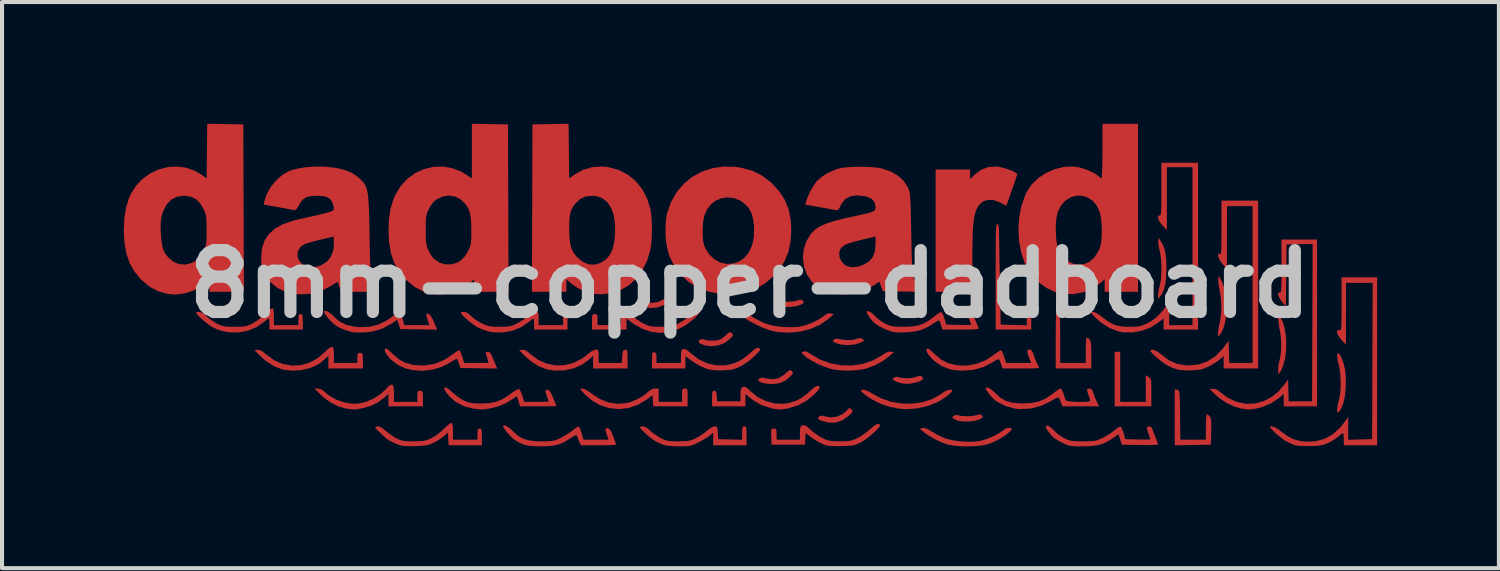
<source format=kicad_pcb>
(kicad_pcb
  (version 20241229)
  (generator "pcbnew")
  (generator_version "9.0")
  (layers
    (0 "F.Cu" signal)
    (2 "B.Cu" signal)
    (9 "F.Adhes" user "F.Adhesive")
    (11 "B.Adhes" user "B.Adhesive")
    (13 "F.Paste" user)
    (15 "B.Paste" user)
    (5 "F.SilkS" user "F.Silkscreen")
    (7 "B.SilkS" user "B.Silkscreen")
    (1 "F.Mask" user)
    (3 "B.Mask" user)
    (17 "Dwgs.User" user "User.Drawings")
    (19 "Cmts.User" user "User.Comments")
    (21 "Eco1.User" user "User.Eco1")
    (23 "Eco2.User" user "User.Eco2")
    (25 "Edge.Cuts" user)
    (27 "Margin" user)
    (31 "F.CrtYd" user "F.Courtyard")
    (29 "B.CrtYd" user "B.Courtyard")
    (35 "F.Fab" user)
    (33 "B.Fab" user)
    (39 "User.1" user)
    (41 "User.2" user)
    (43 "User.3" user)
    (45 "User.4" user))
  (footprint "8mm-copper-dadboard"
    (layer "F.Cu")
    (at 15.426 3.947)
    (property "Reference" "8mm-copper-dadboard" (at 0 0 0) (layer "Dwgs.User") (effects (font (size 1.524 1.524) (thickness 0.3))))
    (attr board_only exclude_from_pos_files exclude_from_bom)
    (fp_poly (pts (xy 9.124 2.904) (xy 9.754 2.904) (xy 9.754 2.246) (xy 9.823 2.29) (xy 9.852 2.311) (xy 9.871 2.336) (xy 9.883 2.376) (xy 9.889 2.44) (xy 9.891 2.539) (xy 9.891 2.675) (xy 9.891 3.014) (xy 8.987 3.014) (xy 8.987 1.671) (xy 9.124 1.671)) (stroke (width 0) (type solid)) (fill yes) (layer "F.Cu"))
    (fp_poly (pts (xy -1.927 0.25) (xy -1.894 0.296) (xy -1.907 0.349) (xy -1.966 0.416) (xy -2.113 0.52) (xy -2.28 0.579) (xy -2.453 0.592) (xy -2.592 0.565) (xy -2.69 0.531) (xy -2.74 0.505) (xy -2.749 0.481) (xy -2.723 0.453) (xy -2.714 0.447) (xy -2.657 0.421) (xy -2.59 0.43) (xy -2.57 0.436) (xy -2.409 0.465) (xy -2.254 0.442) (xy -2.113 0.368) (xy -2.044 0.305) (xy -1.986 0.253) (xy -1.947 0.24)) (stroke (width 0) (type solid)) (fill yes) (layer "F.Cu"))
    (fp_poly (pts (xy 2.773 1.354) (xy 2.806 1.38) (xy 2.807 1.4) (xy 2.769 1.423) (xy 2.711 1.451) (xy 2.576 1.491) (xy 2.418 1.506) (xy 2.262 1.495) (xy 2.129 1.459) (xy 2.127 1.458) (xy 2.063 1.426) (xy 2.042 1.404) (xy 2.057 1.38) (xy 2.066 1.372) (xy 2.103 1.352) (xy 2.156 1.349) (xy 2.24 1.363) (xy 2.26 1.367) (xy 2.413 1.385) (xy 2.559 1.373) (xy 2.665 1.338) (xy 2.729 1.332)) (stroke (width 0) (type solid)) (fill yes) (layer "F.Cu"))
    (fp_poly (pts (xy 11.624 -0.064) (xy 11.686 0.093) (xy 11.726 0.277) (xy 11.746 0.478) (xy 11.745 0.682) (xy 11.723 0.877) (xy 11.681 1.051) (xy 11.62 1.191) (xy 11.591 1.233) (xy 11.537 1.302) (xy 11.536 1.2) (xy 11.543 1.115) (xy 11.561 1.008) (xy 11.577 0.941) (xy 11.607 0.763) (xy 11.616 0.557) (xy 11.604 0.345) (xy 11.575 0.164) (xy 11.554 0.054) (xy 11.542 -0.047) (xy 11.541 -0.115) (xy 11.55 -0.206)) (stroke (width 0) (type solid)) (fill yes) (layer "F.Cu"))
    (fp_poly (pts (xy 1.28 0.396) (xy 1.305 0.417) (xy 1.329 0.448) (xy 1.319 0.472) (xy 1.267 0.504) (xy 1.257 0.509) (xy 1.152 0.544) (xy 1.016 0.564) (xy 0.874 0.566) (xy 0.748 0.55) (xy 0.704 0.537) (xy 0.619 0.502) (xy 0.581 0.475) (xy 0.585 0.448) (xy 0.613 0.424) (xy 0.679 0.401) (xy 0.731 0.413) (xy 0.824 0.432) (xy 0.944 0.437) (xy 1.068 0.428) (xy 1.169 0.406) (xy 1.17 0.405) (xy 1.237 0.387)) (stroke (width 0) (type solid)) (fill yes) (layer "F.Cu"))
    (fp_poly (pts (xy 4.241 2.284) (xy 4.242 2.285) (xy 4.267 2.327) (xy 4.248 2.363) (xy 4.181 2.398) (xy 4.104 2.424) (xy 3.941 2.458) (xy 3.792 2.456) (xy 3.713 2.441) (xy 3.628 2.413) (xy 3.564 2.385) (xy 3.519 2.357) (xy 3.519 2.336) (xy 3.549 2.311) (xy 3.607 2.288) (xy 3.643 2.291) (xy 3.739 2.315) (xy 3.861 2.323) (xy 3.986 2.316) (xy 4.088 2.293) (xy 4.095 2.29) (xy 4.167 2.264) (xy 4.209 2.262)) (stroke (width 0) (type solid)) (fill yes) (layer "F.Cu"))
    (fp_poly (pts (xy 2.487 3.075) (xy 2.503 3.092) (xy 2.527 3.123) (xy 2.527 3.151) (xy 2.498 3.189) (xy 2.433 3.248) (xy 2.428 3.252) (xy 2.278 3.358) (xy 2.125 3.412) (xy 1.958 3.415) (xy 1.802 3.381) (xy 1.715 3.35) (xy 1.677 3.321) (xy 1.685 3.288) (xy 1.712 3.261) (xy 1.758 3.241) (xy 1.826 3.253) (xy 1.839 3.258) (xy 2 3.287) (xy 2.157 3.265) (xy 2.299 3.195) (xy 2.379 3.124) (xy 2.429 3.072) (xy 2.46 3.058)) (stroke (width 0) (type solid)) (fill yes) (layer "F.Cu"))
    (fp_poly (pts (xy 5.7 3.225) (xy 5.719 3.241) (xy 5.741 3.271) (xy 5.728 3.296) (xy 5.673 3.329) (xy 5.668 3.331) (xy 5.562 3.367) (xy 5.426 3.386) (xy 5.283 3.389) (xy 5.154 3.374) (xy 5.09 3.354) (xy 5.025 3.321) (xy 4.989 3.292) (xy 4.987 3.286) (xy 5.01 3.251) (xy 5.064 3.23) (xy 5.125 3.231) (xy 5.138 3.235) (xy 5.215 3.251) (xy 5.324 3.258) (xy 5.441 3.254) (xy 5.545 3.241) (xy 5.588 3.23) (xy 5.656 3.213)) (stroke (width 0) (type solid)) (fill yes) (layer "F.Cu"))
    (fp_poly (pts (xy 10.132 -1.041) (xy 10.185 -0.946) (xy 10.222 -0.843) (xy 10.245 -0.722) (xy 10.258 -0.57) (xy 10.261 -0.384) (xy 10.255 -0.168) (xy 10.235 0.003) (xy 10.2 0.14) (xy 10.146 0.251) (xy 10.111 0.301) (xy 10.057 0.37) (xy 10.057 0.274) (xy 10.065 0.189) (xy 10.086 0.086) (xy 10.098 0.041) (xy 10.123 -0.083) (xy 10.137 -0.242) (xy 10.14 -0.417) (xy 10.132 -0.591) (xy 10.112 -0.744) (xy 10.096 -0.818) (xy 10.073 -0.919) (xy 10.061 -1.011) (xy 10.061 -1.057) (xy 10.071 -1.137)) (stroke (width 0) (type solid)) (fill yes) (layer "F.Cu"))
    (fp_poly (pts (xy -0.462 1.199) (xy -0.446 1.213) (xy -0.42 1.246) (xy -0.423 1.276) (xy -0.46 1.322) (xy -0.479 1.342) (xy -0.618 1.45) (xy -0.783 1.514) (xy -0.961 1.534) (xy -1.132 1.507) (xy -1.203 1.478) (xy -1.249 1.45) (xy -1.266 1.414) (xy -1.245 1.38) (xy -1.198 1.359) (xy -1.143 1.362) (xy -1.126 1.369) (xy -1.055 1.388) (xy -0.955 1.396) (xy -0.849 1.393) (xy -0.76 1.378) (xy -0.731 1.367) (xy -0.674 1.329) (xy -0.603 1.271) (xy -0.582 1.252) (xy -0.525 1.201) (xy -0.491 1.185)) (stroke (width 0) (type solid)) (fill yes) (layer "F.Cu"))
    (fp_poly (pts (xy 1.008 2.124) (xy 1.034 2.146) (xy 1.059 2.178) (xy 1.056 2.209) (xy 1.019 2.255) (xy 0.999 2.276) (xy 0.869 2.384) (xy 0.724 2.445) (xy 0.551 2.465) (xy 0.542 2.465) (xy 0.433 2.458) (xy 0.33 2.44) (xy 0.276 2.423) (xy 0.217 2.394) (xy 0.201 2.371) (xy 0.222 2.342) (xy 0.226 2.338) (xy 0.261 2.313) (xy 0.306 2.308) (xy 0.381 2.322) (xy 0.4 2.327) (xy 0.56 2.348) (xy 0.699 2.322) (xy 0.827 2.247) (xy 0.868 2.212) (xy 0.937 2.151) (xy 0.979 2.124)) (stroke (width 0) (type solid)) (fill yes) (layer "F.Cu"))
    (fp_poly (pts (xy 10.529 2.608) (xy 10.549 2.612) (xy 10.564 2.622) (xy 10.575 2.645) (xy 10.583 2.688) (xy 10.588 2.757) (xy 10.592 2.859) (xy 10.595 3.002) (xy 10.597 3.191) (xy 10.598 3.226) (xy 10.605 3.836) (xy 11.234 3.836) (xy 11.234 3.521) (xy 11.236 3.397) (xy 11.241 3.296) (xy 11.249 3.229) (xy 11.257 3.206) (xy 11.291 3.224) (xy 11.327 3.257) (xy 11.347 3.287) (xy 11.359 3.332) (xy 11.366 3.402) (xy 11.367 3.507) (xy 11.365 3.634) (xy 11.357 3.959) (xy 10.912 3.967) (xy 10.467 3.974) (xy 10.467 2.599)) (stroke (width 0) (type solid)) (fill yes) (layer "F.Cu"))
    (fp_poly (pts (xy 13.066 0.82) (xy 13.129 0.934) (xy 13.175 1.088) (xy 13.204 1.269) (xy 13.215 1.465) (xy 13.207 1.664) (xy 13.181 1.852) (xy 13.135 2.018) (xy 13.114 2.071) (xy 13.075 2.15) (xy 13.044 2.204) (xy 13.03 2.219) (xy 13.021 2.195) (xy 13.016 2.133) (xy 13.015 2.098) (xy 13.022 2.002) (xy 13.039 1.917) (xy 13.044 1.9) (xy 13.068 1.802) (xy 13.084 1.668) (xy 13.09 1.518) (xy 13.087 1.369) (xy 13.073 1.241) (xy 13.069 1.219) (xy 13.047 1.097) (xy 13.029 0.968) (xy 13.023 0.904) (xy 13.013 0.754)) (stroke (width 0) (type solid)) (fill yes) (layer "F.Cu"))
    (fp_poly (pts (xy 14.523 1.728) (xy 14.568 1.805) (xy 14.573 1.815) (xy 14.632 1.967) (xy 14.668 2.135) (xy 14.683 2.334) (xy 14.681 2.532) (xy 14.663 2.742) (xy 14.627 2.918) (xy 14.577 3.055) (xy 14.514 3.146) (xy 14.505 3.154) (xy 14.48 3.166) (xy 14.469 3.138) (xy 14.468 3.093) (xy 14.476 3.011) (xy 14.498 2.909) (xy 14.511 2.863) (xy 14.538 2.738) (xy 14.553 2.577) (xy 14.555 2.399) (xy 14.546 2.223) (xy 14.525 2.067) (xy 14.512 2.01) (xy 14.482 1.877) (xy 14.469 1.779) (xy 14.472 1.719) (xy 14.491 1.701)) (stroke (width 0) (type solid)) (fill yes) (layer "F.Cu"))
    (fp_poly (pts (xy 7.579 0.721) (xy 7.601 0.729) (xy 7.616 0.74) (xy 7.627 0.767) (xy 7.634 0.815) (xy 7.64 0.891) (xy 7.643 1.002) (xy 7.644 1.155) (xy 7.645 1.346) (xy 7.645 1.945) (xy 8.275 1.945) (xy 8.275 1.63) (xy 8.277 1.506) (xy 8.282 1.405) (xy 8.289 1.338) (xy 8.298 1.315) (xy 8.332 1.333) (xy 8.367 1.365) (xy 8.386 1.397) (xy 8.4 1.447) (xy 8.408 1.525) (xy 8.411 1.641) (xy 8.412 1.749) (xy 8.412 2.082) (xy 7.535 2.082) (xy 7.535 1.397) (xy 7.535 1.21) (xy 7.537 1.042) (xy 7.539 0.902) (xy 7.541 0.795) (xy 7.544 0.73) (xy 7.547 0.712)) (stroke (width 0) (type solid)) (fill yes) (layer "F.Cu"))
    (fp_poly (pts (xy 1.427 1.681) (xy 1.498 1.726) (xy 1.729 1.862) (xy 1.982 1.954) (xy 2.247 2.002) (xy 2.514 2.008) (xy 2.776 1.969) (xy 3.023 1.887) (xy 3.235 1.768) (xy 3.337 1.703) (xy 3.41 1.67) (xy 3.467 1.665) (xy 3.474 1.666) (xy 3.546 1.68) (xy 3.433 1.78) (xy 3.263 1.905) (xy 3.063 2.011) (xy 2.857 2.086) (xy 2.82 2.095) (xy 2.662 2.121) (xy 2.478 2.133) (xy 2.288 2.131) (xy 2.114 2.115) (xy 2 2.094) (xy 1.849 2.044) (xy 1.688 1.976) (xy 1.536 1.898) (xy 1.41 1.82) (xy 1.359 1.78) (xy 1.299 1.725) (xy 1.276 1.695) (xy 1.287 1.678) (xy 1.318 1.665) (xy 1.368 1.659)) (stroke (width 0) (type solid)) (fill yes) (layer "F.Cu"))
    (fp_poly (pts (xy -0.084 0.729) (xy 0.027 0.786) (xy 0.082 0.82) (xy 0.198 0.887) (xy 0.327 0.95) (xy 0.419 0.987) (xy 0.572 1.026) (xy 0.756 1.053) (xy 0.95 1.065) (xy 1.133 1.061) (xy 1.262 1.044) (xy 1.415 1) (xy 1.576 0.934) (xy 1.724 0.856) (xy 1.829 0.782) (xy 1.9 0.733) (xy 1.959 0.72) (xy 1.994 0.726) (xy 2.069 0.745) (xy 1.945 0.853) (xy 1.741 0.997) (xy 1.504 1.104) (xy 1.245 1.173) (xy 0.972 1.2) (xy 0.697 1.184) (xy 0.579 1.163) (xy 0.463 1.131) (xy 0.334 1.083) (xy 0.202 1.025) (xy 0.074 0.961) (xy -0.039 0.896) (xy -0.129 0.835) (xy -0.188 0.783) (xy -0.206 0.744) (xy -0.204 0.737) (xy -0.161 0.713)) (stroke (width 0) (type solid)) (fill yes) (layer "F.Cu"))
    (fp_poly (pts (xy 4.985 2.618) (xy 4.987 2.629) (xy 4.965 2.664) (xy 4.908 2.718) (xy 4.827 2.781) (xy 4.734 2.845) (xy 4.642 2.901) (xy 4.617 2.913) (xy 4.372 3.009) (xy 4.105 3.067) (xy 3.837 3.083) (xy 3.672 3.07) (xy 3.452 3.028) (xy 3.257 2.965) (xy 3.111 2.898) (xy 3.001 2.838) (xy 2.898 2.772) (xy 2.813 2.71) (xy 2.757 2.658) (xy 2.74 2.628) (xy 2.761 2.604) (xy 2.817 2.606) (xy 2.896 2.633) (xy 2.986 2.681) (xy 3.011 2.697) (xy 3.236 2.819) (xy 3.481 2.902) (xy 3.738 2.945) (xy 3.997 2.949) (xy 4.248 2.913) (xy 4.483 2.838) (xy 4.691 2.724) (xy 4.745 2.684) (xy 4.818 2.638) (xy 4.891 2.61) (xy 4.952 2.602)) (stroke (width 0) (type solid)) (fill yes) (layer "F.Cu"))
    (fp_poly (pts (xy 6.154 -2.883) (xy 6.248 -2.861) (xy 6.352 -2.829) (xy 6.452 -2.791) (xy 6.532 -2.753) (xy 6.579 -2.721) (xy 6.586 -2.711) (xy 6.579 -2.681) (xy 6.556 -2.609) (xy 6.521 -2.504) (xy 6.477 -2.376) (xy 6.454 -2.311) (xy 6.318 -1.927) (xy 6.166 -2.007) (xy 6.012 -2.066) (xy 5.871 -2.075) (xy 5.747 -2.036) (xy 5.647 -1.95) (xy 5.588 -1.851) (xy 5.558 -1.773) (xy 5.534 -1.683) (xy 5.516 -1.573) (xy 5.501 -1.438) (xy 5.491 -1.271) (xy 5.485 -1.067) (xy 5.482 -0.82) (xy 5.481 -0.582) (xy 5.48 0.192) (xy 4.576 0.192) (xy 4.576 -2.822) (xy 5.425 -2.822) (xy 5.425 -2.585) (xy 5.548 -2.703) (xy 5.703 -2.818) (xy 5.876 -2.881) (xy 6.068 -2.893)) (stroke (width 0) (type solid)) (fill yes) (layer "F.Cu"))
    (fp_poly (pts (xy 6.096 -1.48) (xy 6.125 -1.43) (xy 6.137 -1.36) (xy 6.137 -1.315) (xy 6.138 -1.221) (xy 6.141 -1.084) (xy 6.144 -0.912) (xy 6.147 -0.71) (xy 6.151 -0.485) (xy 6.156 -0.243) (xy 6.158 -0.137) (xy 6.179 1) (xy 6.501 1.008) (xy 6.823 1.016) (xy 6.823 0.7) (xy 6.824 0.575) (xy 6.829 0.474) (xy 6.836 0.407) (xy 6.845 0.384) (xy 6.88 0.394) (xy 6.905 0.431) (xy 6.921 0.5) (xy 6.929 0.609) (xy 6.932 0.765) (xy 6.932 0.786) (xy 6.932 1.123) (xy 6.055 1.123) (xy 6.055 -0.195) (xy 6.056 -0.5) (xy 6.056 -0.754) (xy 6.057 -0.962) (xy 6.059 -1.128) (xy 6.061 -1.257) (xy 6.065 -1.352) (xy 6.07 -1.417) (xy 6.075 -1.458) (xy 6.082 -1.479) (xy 6.091 -1.483)) (stroke (width 0) (type solid)) (fill yes) (layer "F.Cu"))
    (fp_poly (pts (xy 6.402 3.547) (xy 6.45 3.562) (xy 6.453 3.584) (xy 6.422 3.622) (xy 6.339 3.696) (xy 6.222 3.776) (xy 6.087 3.853) (xy 5.951 3.916) (xy 5.87 3.946) (xy 5.731 3.976) (xy 5.557 3.995) (xy 5.367 4.002) (xy 5.176 3.997) (xy 5.002 3.981) (xy 4.863 3.953) (xy 4.849 3.949) (xy 4.696 3.89) (xy 4.534 3.811) (xy 4.385 3.723) (xy 4.277 3.644) (xy 4.184 3.565) (xy 4.253 3.548) (xy 4.306 3.547) (xy 4.375 3.572) (xy 4.471 3.628) (xy 4.49 3.64) (xy 4.606 3.707) (xy 4.735 3.77) (xy 4.83 3.809) (xy 4.983 3.848) (xy 5.167 3.875) (xy 5.362 3.887) (xy 5.544 3.883) (xy 5.674 3.866) (xy 5.826 3.822) (xy 5.987 3.756) (xy 6.135 3.678) (xy 6.241 3.605) (xy 6.314 3.554) (xy 6.375 3.542)) (stroke (width 0) (type solid)) (fill yes) (layer "F.Cu"))
    (fp_poly (pts (xy -3.758 1.62) (xy -3.737 1.638) (xy -3.728 1.684) (xy -3.726 1.77) (xy -3.726 1.781) (xy -3.726 1.945) (xy -3.154 1.945) (xy -3.146 1.788) (xy -3.138 1.698) (xy -3.125 1.649) (xy -3.1 1.627) (xy -3.076 1.622) (xy -3.046 1.62) (xy -3.028 1.633) (xy -3.018 1.67) (xy -3.015 1.742) (xy -3.014 1.848) (xy -3.014 2.082) (xy -3.863 2.082) (xy -3.863 1.77) (xy -3.952 1.854) (xy -4.132 1.985) (xy -4.341 2.078) (xy -4.568 2.129) (xy -4.803 2.135) (xy -5.016 2.1) (xy -5.206 2.024) (xy -5.395 1.903) (xy -5.548 1.77) (xy -5.686 1.63) (xy -5.609 1.621) (xy -5.549 1.627) (xy -5.484 1.663) (xy -5.412 1.723) (xy -5.219 1.866) (xy -5.009 1.961) (xy -4.789 2.005) (xy -4.567 1.999) (xy -4.348 1.944) (xy -4.139 1.839) (xy -3.996 1.73) (xy -3.9 1.657) (xy -3.821 1.62) (xy -3.798 1.617)) (stroke (width 0) (type solid)) (fill yes) (layer "F.Cu"))
    (fp_poly (pts (xy -2.247 2.904) (xy -1.671 2.904) (xy -1.671 2.74) (xy -1.67 2.649) (xy -1.662 2.6) (xy -1.642 2.58) (xy -1.605 2.576) (xy -1.603 2.576) (xy -1.569 2.578) (xy -1.549 2.592) (xy -1.538 2.63) (xy -1.535 2.702) (xy -1.534 2.795) (xy -1.534 3.014) (xy -2.381 3.014) (xy -2.398 2.739) (xy -2.542 2.847) (xy -2.754 2.975) (xy -2.984 3.054) (xy -3.224 3.082) (xy -3.464 3.058) (xy -3.473 3.056) (xy -3.693 2.984) (xy -3.889 2.871) (xy -4.058 2.724) (xy -4.131 2.649) (xy -4.169 2.605) (xy -4.175 2.583) (xy -4.155 2.576) (xy -4.129 2.576) (xy -4.056 2.597) (xy -3.958 2.656) (xy -3.911 2.693) (xy -3.706 2.83) (xy -3.491 2.917) (xy -3.271 2.953) (xy -3.052 2.937) (xy -2.934 2.906) (xy -2.762 2.833) (xy -2.607 2.741) (xy -2.489 2.641) (xy -2.482 2.634) (xy -2.403 2.585) (xy -2.338 2.576) (xy -2.247 2.576)) (stroke (width 0) (type solid)) (fill yes) (layer "F.Cu"))
    (fp_poly (pts (xy -10.279 1.553) (xy -10.257 1.604) (xy -10.248 1.705) (xy -10.248 1.753) (xy -10.248 1.945) (xy -9.672 1.945) (xy -9.672 1.822) (xy -9.669 1.746) (xy -9.655 1.71) (xy -9.622 1.699) (xy -9.604 1.699) (xy -9.568 1.702) (xy -9.548 1.718) (xy -9.538 1.76) (xy -9.535 1.839) (xy -9.535 1.891) (xy -9.535 2.082) (xy -10.385 2.082) (xy -10.385 1.77) (xy -10.474 1.853) (xy -10.576 1.939) (xy -10.679 2.002) (xy -10.804 2.057) (xy -10.874 2.081) (xy -11.061 2.123) (xy -11.268 2.135) (xy -11.468 2.115) (xy -11.537 2.1) (xy -11.727 2.024) (xy -11.917 1.903) (xy -12.069 1.77) (xy -12.207 1.63) (xy -12.131 1.622) (xy -12.074 1.627) (xy -12.011 1.66) (xy -11.926 1.728) (xy -11.919 1.735) (xy -11.723 1.877) (xy -11.513 1.969) (xy -11.296 2.01) (xy -11.076 2.001) (xy -10.861 1.943) (xy -10.658 1.835) (xy -10.478 1.683) (xy -10.385 1.594) (xy -10.32 1.551)) (stroke (width 0) (type solid)) (fill yes) (layer "F.Cu"))
    (fp_poly (pts (xy -8.799 2.489) (xy -8.777 2.55) (xy -8.768 2.663) (xy -8.768 2.702) (xy -8.768 2.904) (xy -8.193 2.904) (xy -8.193 2.767) (xy -8.19 2.686) (xy -8.179 2.646) (xy -8.152 2.632) (xy -8.124 2.63) (xy -8.088 2.633) (xy -8.068 2.65) (xy -8.058 2.692) (xy -8.056 2.771) (xy -8.056 2.822) (xy -8.056 3.014) (xy -8.905 3.014) (xy -8.905 2.706) (xy -9.013 2.804) (xy -9.175 2.925) (xy -9.358 3.009) (xy -9.531 3.057) (xy -9.646 3.079) (xy -9.731 3.09) (xy -9.811 3.088) (xy -9.909 3.075) (xy -9.957 3.067) (xy -10.142 3.014) (xy -10.33 2.92) (xy -10.504 2.794) (xy -10.576 2.728) (xy -10.725 2.576) (xy -10.641 2.576) (xy -10.557 2.596) (xy -10.508 2.631) (xy -10.365 2.752) (xy -10.188 2.85) (xy -9.991 2.919) (xy -9.791 2.951) (xy -9.659 2.949) (xy -9.472 2.908) (xy -9.282 2.828) (xy -9.109 2.719) (xy -8.98 2.601) (xy -8.897 2.516) (xy -8.838 2.478)) (stroke (width 0) (type solid)) (fill yes) (layer "F.Cu"))
    (fp_poly (pts (xy -10.429 0.669) (xy -10.363 0.705) (xy -10.291 0.762) (xy -10.247 0.806) (xy -10.107 0.926) (xy -9.939 1.007) (xy -9.737 1.053) (xy -9.626 1.063) (xy -9.379 1.055) (xy -9.154 1) (xy -8.941 0.894) (xy -8.836 0.821) (xy -8.75 0.758) (xy -8.679 0.711) (xy -8.637 0.687) (xy -8.631 0.685) (xy -8.611 0.709) (xy -8.585 0.772) (xy -8.56 0.849) (xy -8.514 1.014) (xy -7.894 1.014) (xy -7.934 0.901) (xy -7.965 0.803) (xy -7.972 0.747) (xy -7.954 0.728) (xy -7.916 0.735) (xy -7.87 0.776) (xy -7.817 0.864) (xy -7.782 0.941) (xy -7.704 1.125) (xy -8.158 1.117) (xy -8.613 1.11) (xy -8.651 0.996) (xy -8.689 0.882) (xy -8.824 0.973) (xy -9.052 1.098) (xy -9.293 1.17) (xy -9.494 1.193) (xy -9.608 1.195) (xy -9.708 1.194) (xy -9.775 1.19) (xy -9.782 1.188) (xy -9.956 1.141) (xy -10.118 1.073) (xy -10.218 1.012) (xy -10.289 0.952) (xy -10.363 0.875) (xy -10.43 0.794) (xy -10.477 0.724) (xy -10.494 0.678) (xy -10.476 0.658)) (stroke (width 0) (type solid)) (fill yes) (layer "F.Cu"))
    (fp_poly (pts (xy 1.715 2.529) (xy 1.72 2.558) (xy 1.693 2.603) (xy 1.632 2.673) (xy 1.576 2.729) (xy 1.389 2.88) (xy 1.173 2.995) (xy 0.943 3.064) (xy 0.915 3.069) (xy 0.81 3.086) (xy 0.736 3.092) (xy 0.668 3.087) (xy 0.582 3.072) (xy 0.521 3.059) (xy 0.282 2.981) (xy 0.068 2.857) (xy 0.005 2.806) (xy -0.11 2.708) (xy -0.11 3.014) (xy -0.932 3.014) (xy -0.932 2.822) (xy -0.93 2.721) (xy -0.923 2.663) (xy -0.908 2.637) (xy -0.881 2.63) (xy -0.878 2.63) (xy -0.845 2.64) (xy -0.826 2.677) (xy -0.817 2.754) (xy -0.817 2.761) (xy -0.808 2.891) (xy -0.233 2.891) (xy -0.232 2.729) (xy -0.229 2.635) (xy -0.217 2.581) (xy -0.192 2.551) (xy -0.172 2.54) (xy -0.134 2.531) (xy -0.094 2.545) (xy -0.04 2.588) (xy 0.019 2.645) (xy 0.193 2.785) (xy 0.393 2.885) (xy 0.606 2.942) (xy 0.821 2.952) (xy 0.962 2.932) (xy 1.132 2.879) (xy 1.279 2.804) (xy 1.423 2.694) (xy 1.481 2.64) (xy 1.578 2.555) (xy 1.645 2.513) (xy 1.681 2.509)) (stroke (width 0) (type solid)) (fill yes) (layer "F.Cu"))
    (fp_poly (pts (xy 13.974 3.014) (xy 13.152 3.014) (xy 13.152 2.708) (xy 13.037 2.807) (xy 12.845 2.938) (xy 12.623 3.031) (xy 12.483 3.066) (xy 12.384 3.083) (xy 12.312 3.091) (xy 12.244 3.089) (xy 12.156 3.077) (xy 12.1 3.067) (xy 11.928 3.018) (xy 11.748 2.933) (xy 11.578 2.821) (xy 11.474 2.732) (xy 11.33 2.589) (xy 11.407 2.581) (xy 11.476 2.589) (xy 11.551 2.634) (xy 11.585 2.663) (xy 11.782 2.809) (xy 11.993 2.905) (xy 12.213 2.951) (xy 12.435 2.945) (xy 12.654 2.886) (xy 12.704 2.865) (xy 12.878 2.768) (xy 13.026 2.645) (xy 13.153 2.496) (xy 13.26 2.354) (xy 13.268 2.622) (xy 13.275 2.891) (xy 13.851 2.891) (xy 13.858 0.951) (xy 13.865 -0.988) (xy 13.543 -0.98) (xy 13.221 -0.973) (xy 13.213 -0.213) (xy 13.206 0.547) (xy 13.111 0.442) (xy 13.058 0.37) (xy 13.024 0.3) (xy 13.012 0.243) (xy 13.023 0.209) (xy 13.056 0.209) (xy 13.069 0.209) (xy 13.079 0.191) (xy 13.087 0.151) (xy 13.092 0.082) (xy 13.095 -0.021) (xy 13.097 -0.166) (xy 13.097 -0.357) (xy 13.097 -0.435) (xy 13.097 -1.096) (xy 13.974 -1.096)) (stroke (width 0) (type solid)) (fill yes) (layer "F.Cu"))
    (fp_poly (pts (xy -8.926 1.608) (xy -8.87 1.656) (xy -8.801 1.722) (xy -8.65 1.854) (xy -8.489 1.941) (xy -8.302 1.992) (xy -8.262 1.998) (xy -8.006 2.008) (xy -7.758 1.964) (xy -7.525 1.868) (xy -7.32 1.731) (xy -7.244 1.675) (xy -7.185 1.64) (xy -7.153 1.634) (xy -7.152 1.635) (xy -7.132 1.672) (xy -7.104 1.744) (xy -7.084 1.802) (xy -7.037 1.945) (xy -6.738 1.945) (xy -6.618 1.945) (xy -6.52 1.943) (xy -6.457 1.941) (xy -6.439 1.939) (xy -6.447 1.911) (xy -6.465 1.847) (xy -6.479 1.802) (xy -6.501 1.724) (xy -6.505 1.686) (xy -6.488 1.673) (xy -6.457 1.671) (xy -6.422 1.68) (xy -6.39 1.712) (xy -6.354 1.777) (xy -6.311 1.878) (xy -6.226 2.084) (xy -6.679 2.076) (xy -7.132 2.069) (xy -7.17 1.961) (xy -7.195 1.892) (xy -7.214 1.848) (xy -7.218 1.842) (xy -7.244 1.851) (xy -7.303 1.883) (xy -7.375 1.93) (xy -7.581 2.038) (xy -7.813 2.108) (xy -8.057 2.138) (xy -8.298 2.124) (xy -8.472 2.084) (xy -8.673 1.994) (xy -8.845 1.862) (xy -8.937 1.756) (xy -8.988 1.673) (xy -8.999 1.616) (xy -8.97 1.59) (xy -8.957 1.589)) (stroke (width 0) (type solid)) (fill yes) (layer "F.Cu"))
    (fp_poly (pts (xy -1.261 0.622) (xy -1.216 0.644) (xy -1.206 0.661) (xy -1.224 0.69) (xy -1.272 0.747) (xy -1.341 0.82) (xy -1.364 0.843) (xy -1.558 1.002) (xy -1.773 1.117) (xy -2 1.185) (xy -2.233 1.204) (xy -2.439 1.177) (xy -2.648 1.105) (xy -2.849 0.994) (xy -2.911 0.949) (xy -3.041 0.85) (xy -3.041 1.123) (xy -3.891 1.123) (xy -3.891 0.932) (xy -3.89 0.831) (xy -3.884 0.774) (xy -3.869 0.748) (xy -3.841 0.74) (xy -3.822 0.74) (xy -3.782 0.744) (xy -3.761 0.767) (xy -3.754 0.822) (xy -3.754 0.877) (xy -3.754 1.014) (xy -3.178 1.014) (xy -3.178 0.849) (xy -3.176 0.755) (xy -3.166 0.701) (xy -3.143 0.673) (xy -3.117 0.66) (xy -3.077 0.654) (xy -3.034 0.67) (xy -2.974 0.715) (xy -2.911 0.772) (xy -2.81 0.855) (xy -2.695 0.934) (xy -2.61 0.981) (xy -2.525 1.017) (xy -2.447 1.04) (xy -2.358 1.051) (xy -2.239 1.055) (xy -2.191 1.055) (xy -2.063 1.053) (xy -1.971 1.046) (xy -1.895 1.028) (xy -1.816 0.998) (xy -1.75 0.966) (xy -1.608 0.881) (xy -1.479 0.777) (xy -1.444 0.742) (xy -1.365 0.665) (xy -1.307 0.627) (xy -1.263 0.622)) (stroke (width 0) (type solid)) (fill yes) (layer "F.Cu"))
    (fp_poly (pts (xy 11.042 1.123) (xy 10.193 1.123) (xy 10.193 0.848) (xy 10.056 0.956) (xy 9.869 1.073) (xy 9.655 1.153) (xy 9.43 1.194) (xy 9.207 1.192) (xy 9.083 1.169) (xy 8.86 1.085) (xy 8.651 0.951) (xy 8.519 0.833) (xy 8.446 0.758) (xy 8.408 0.714) (xy 8.401 0.693) (xy 8.421 0.686) (xy 8.447 0.685) (xy 8.521 0.706) (xy 8.622 0.769) (xy 8.679 0.813) (xy 8.819 0.919) (xy 8.943 0.99) (xy 9.067 1.031) (xy 9.211 1.051) (xy 9.343 1.055) (xy 9.475 1.053) (xy 9.571 1.044) (xy 9.65 1.026) (xy 9.732 0.995) (xy 9.768 0.978) (xy 9.9 0.906) (xy 10.017 0.818) (xy 10.134 0.7) (xy 10.224 0.593) (xy 10.33 0.461) (xy 10.33 1.014) (xy 10.905 1.014) (xy 10.905 -2.877) (xy 10.275 -2.877) (xy 10.274 -2.103) (xy 10.274 -1.329) (xy 10.165 -1.444) (xy 10.089 -1.541) (xy 10.057 -1.621) (xy 10.056 -1.632) (xy 10.064 -1.684) (xy 10.093 -1.69) (xy 10.097 -1.689) (xy 10.11 -1.69) (xy 10.12 -1.707) (xy 10.127 -1.747) (xy 10.132 -1.816) (xy 10.136 -1.92) (xy 10.137 -2.065) (xy 10.138 -2.256) (xy 10.138 -2.33) (xy 10.138 -2.987) (xy 11.042 -2.987)) (stroke (width 0) (type solid)) (fill yes) (layer "F.Cu"))
    (fp_poly (pts (xy 0.222 1.579) (xy 0.225 1.58) (xy 0.251 1.596) (xy 0.256 1.616) (xy 0.236 1.649) (xy 0.184 1.706) (xy 0.118 1.773) (xy -0.027 1.899) (xy -0.182 2.002) (xy -0.23 2.028) (xy -0.329 2.073) (xy -0.416 2.102) (xy -0.511 2.118) (xy -0.637 2.126) (xy -0.665 2.128) (xy -0.817 2.13) (xy -0.934 2.12) (xy -1.037 2.097) (xy -1.069 2.088) (xy -1.235 2.017) (xy -1.409 1.911) (xy -1.514 1.835) (xy -1.589 1.776) (xy -1.589 2.082) (xy -2.411 2.082) (xy -2.411 1.874) (xy -2.41 1.768) (xy -2.404 1.707) (xy -2.391 1.682) (xy -2.37 1.681) (xy -2.368 1.682) (xy -2.324 1.697) (xy -2.313 1.699) (xy -2.306 1.723) (xy -2.302 1.785) (xy -2.302 1.822) (xy -2.302 1.945) (xy -1.699 1.945) (xy -1.699 1.783) (xy -1.696 1.69) (xy -1.685 1.637) (xy -1.662 1.611) (xy -1.642 1.602) (xy -1.599 1.603) (xy -1.543 1.633) (xy -1.464 1.699) (xy -1.45 1.712) (xy -1.26 1.856) (xy -1.05 1.955) (xy -0.829 2.004) (xy -0.605 2.002) (xy -0.575 1.998) (xy -0.385 1.952) (xy -0.218 1.875) (xy -0.056 1.757) (xy 0.004 1.704) (xy 0.089 1.629) (xy 0.146 1.587) (xy 0.187 1.573)) (stroke (width 0) (type solid)) (fill yes) (layer "F.Cu"))
    (fp_poly (pts (xy 12.522 2.082) (xy 11.672 2.082) (xy 11.672 1.775) (xy 11.571 1.864) (xy 11.492 1.923) (xy 11.386 1.988) (xy 11.29 2.037) (xy 11.188 2.081) (xy 11.096 2.108) (xy 10.993 2.122) (xy 10.864 2.129) (xy 10.709 2.128) (xy 10.58 2.116) (xy 10.508 2.1) (xy 10.41 2.063) (xy 10.306 2.016) (xy 10.286 2.006) (xy 10.218 1.964) (xy 10.135 1.903) (xy 10.047 1.831) (xy 9.966 1.759) (xy 9.902 1.696) (xy 9.867 1.651) (xy 9.864 1.641) (xy 9.887 1.623) (xy 9.931 1.617) (xy 9.992 1.636) (xy 10.078 1.692) (xy 10.154 1.753) (xy 10.335 1.885) (xy 10.525 1.967) (xy 10.736 2.003) (xy 10.823 2.006) (xy 11.06 1.981) (xy 11.276 1.905) (xy 11.471 1.778) (xy 11.644 1.602) (xy 11.686 1.546) (xy 11.796 1.395) (xy 11.804 1.67) (xy 11.811 1.945) (xy 12.385 1.945) (xy 12.385 -1.918) (xy 11.755 -1.918) (xy 11.753 -0.37) (xy 11.645 -0.493) (xy 11.567 -0.6) (xy 11.537 -0.687) (xy 11.536 -0.695) (xy 11.54 -0.747) (xy 11.557 -0.754) (xy 11.577 -0.74) (xy 11.589 -0.734) (xy 11.599 -0.745) (xy 11.607 -0.779) (xy 11.612 -0.841) (xy 11.615 -0.938) (xy 11.617 -1.074) (xy 11.618 -1.256) (xy 11.618 -1.38) (xy 11.618 -2.055) (xy 12.522 -2.055)) (stroke (width 0) (type solid)) (fill yes) (layer "F.Cu"))
    (fp_poly (pts (xy -11.762 0.596) (xy -11.741 0.628) (xy -11.73 0.711) (xy -11.727 0.811) (xy -11.727 1.014) (xy -11.124 1.014) (xy -11.124 0.877) (xy -11.122 0.795) (xy -11.109 0.754) (xy -11.082 0.74) (xy -11.07 0.74) (xy -11.041 0.745) (xy -11.024 0.768) (xy -11.017 0.822) (xy -11.015 0.916) (xy -11.015 0.932) (xy -11.015 1.123) (xy -11.837 1.123) (xy -11.837 0.986) (xy -11.84 0.908) (xy -11.848 0.859) (xy -11.854 0.849) (xy -11.883 0.866) (xy -11.936 0.908) (xy -11.964 0.931) (xy -12.151 1.061) (xy -12.366 1.149) (xy -12.595 1.194) (xy -12.828 1.192) (xy -12.981 1.163) (xy -13.088 1.129) (xy -13.193 1.088) (xy -13.231 1.07) (xy -13.296 1.03) (xy -13.377 0.969) (xy -13.464 0.898) (xy -13.544 0.826) (xy -13.607 0.764) (xy -13.642 0.72) (xy -13.645 0.71) (xy -13.622 0.692) (xy -13.57 0.686) (xy -13.487 0.713) (xy -13.389 0.792) (xy -13.389 0.793) (xy -13.302 0.866) (xy -13.195 0.939) (xy -13.128 0.977) (xy -13.05 1.013) (xy -12.981 1.037) (xy -12.904 1.049) (xy -12.802 1.054) (xy -12.7 1.055) (xy -12.568 1.053) (xy -12.473 1.046) (xy -12.397 1.031) (xy -12.324 1.004) (xy -12.262 0.975) (xy -12.139 0.901) (xy -12.012 0.801) (xy -11.946 0.739) (xy -11.872 0.668) (xy -11.808 0.617) (xy -11.767 0.595)) (stroke (width 0) (type solid)) (fill yes) (layer "F.Cu"))
    (fp_poly (pts (xy -4.521 0.69) (xy -4.505 0.711) (xy -4.497 0.759) (xy -4.494 0.846) (xy -4.494 0.904) (xy -4.494 1.123) (xy -5.316 1.123) (xy -5.316 0.986) (xy -5.319 0.908) (xy -5.326 0.859) (xy -5.333 0.849) (xy -5.362 0.866) (xy -5.415 0.908) (xy -5.443 0.931) (xy -5.631 1.062) (xy -5.846 1.15) (xy -6.077 1.194) (xy -6.312 1.191) (xy -6.466 1.162) (xy -6.579 1.124) (xy -6.694 1.073) (xy -6.739 1.049) (xy -6.816 0.998) (xy -6.902 0.932) (xy -6.987 0.859) (xy -7.06 0.791) (xy -7.109 0.737) (xy -7.124 0.709) (xy -7.1 0.692) (xy -7.047 0.685) (xy -6.972 0.706) (xy -6.886 0.772) (xy -6.866 0.792) (xy -6.782 0.863) (xy -6.674 0.934) (xy -6.593 0.977) (xy -6.504 1.015) (xy -6.425 1.039) (xy -6.337 1.05) (xy -6.221 1.055) (xy -6.165 1.055) (xy -6.034 1.053) (xy -5.94 1.045) (xy -5.863 1.027) (xy -5.787 0.996) (xy -5.751 0.979) (xy -5.64 0.916) (xy -5.527 0.838) (xy -5.472 0.794) (xy -5.379 0.724) (xy -5.301 0.688) (xy -5.277 0.685) (xy -5.238 0.688) (xy -5.217 0.706) (xy -5.208 0.752) (xy -5.206 0.839) (xy -5.206 0.849) (xy -5.206 1.014) (xy -4.603 1.014) (xy -4.603 0.849) (xy -4.601 0.758) (xy -4.592 0.708) (xy -4.573 0.688) (xy -4.548 0.685)) (stroke (width 0) (type solid)) (fill yes) (layer "F.Cu"))
    (fp_poly (pts (xy 4.42 1.607) (xy 4.476 1.655) (xy 4.547 1.722) (xy 4.555 1.73) (xy 4.707 1.858) (xy 4.87 1.944) (xy 5.061 1.995) (xy 5.106 2.002) (xy 5.351 2.01) (xy 5.593 1.965) (xy 5.825 1.87) (xy 6.039 1.725) (xy 6.042 1.723) (xy 6.113 1.669) (xy 6.169 1.637) (xy 6.194 1.631) (xy 6.215 1.664) (xy 6.243 1.732) (xy 6.265 1.796) (xy 6.312 1.945) (xy 6.929 1.945) (xy 6.893 1.856) (xy 6.862 1.77) (xy 6.839 1.692) (xy 6.833 1.638) (xy 6.856 1.619) (xy 6.886 1.617) (xy 6.931 1.627) (xy 6.962 1.668) (xy 6.986 1.733) (xy 7.022 1.835) (xy 7.065 1.936) (xy 7.072 1.951) (xy 7.105 2.018) (xy 7.123 2.061) (xy 7.124 2.068) (xy 7.098 2.073) (xy 7.027 2.077) (xy 6.918 2.08) (xy 6.782 2.082) (xy 6.674 2.082) (xy 6.224 2.082) (xy 6.191 1.98) (xy 6.165 1.908) (xy 6.143 1.861) (xy 6.139 1.855) (xy 6.108 1.858) (xy 6.046 1.887) (xy 5.976 1.93) (xy 5.755 2.046) (xy 5.509 2.115) (xy 5.251 2.135) (xy 5.129 2.13) (xy 5.013 2.118) (xy 4.926 2.101) (xy 4.918 2.099) (xy 4.725 2.021) (xy 4.566 1.915) (xy 4.512 1.867) (xy 4.426 1.775) (xy 4.37 1.695) (xy 4.347 1.633) (xy 4.361 1.596) (xy 4.39 1.589)) (stroke (width 0) (type solid)) (fill yes) (layer "F.Cu"))
    (fp_poly (pts (xy 15.454 3.973) (xy 14.632 3.973) (xy 14.632 3.822) (xy 14.629 3.74) (xy 14.622 3.685) (xy 14.615 3.672) (xy 14.586 3.688) (xy 14.532 3.73) (xy 14.5 3.758) (xy 14.417 3.819) (xy 14.313 3.883) (xy 14.249 3.915) (xy 14.171 3.949) (xy 14.096 3.97) (xy 14.008 3.984) (xy 13.89 3.991) (xy 13.796 3.994) (xy 13.603 3.993) (xy 13.464 3.98) (xy 13.394 3.963) (xy 13.176 3.855) (xy 12.973 3.697) (xy 12.92 3.646) (xy 12.851 3.574) (xy 12.816 3.533) (xy 12.812 3.513) (xy 12.836 3.508) (xy 12.859 3.507) (xy 12.933 3.529) (xy 13.033 3.591) (xy 13.09 3.635) (xy 13.248 3.75) (xy 13.396 3.825) (xy 13.554 3.868) (xy 13.706 3.885) (xy 13.945 3.874) (xy 14.165 3.812) (xy 14.365 3.699) (xy 14.543 3.536) (xy 14.618 3.444) (xy 14.741 3.278) (xy 14.741 3.838) (xy 15.036 3.83) (xy 15.33 3.822) (xy 15.344 -0.027) (xy 14.687 -0.027) (xy 14.685 1.493) (xy 14.576 1.378) (xy 14.513 1.299) (xy 14.474 1.225) (xy 14.463 1.168) (xy 14.48 1.136) (xy 14.522 1.137) (xy 14.539 1.141) (xy 14.552 1.136) (xy 14.562 1.116) (xy 14.569 1.075) (xy 14.573 1.006) (xy 14.576 0.903) (xy 14.577 0.76) (xy 14.577 0.57) (xy 14.577 0.495) (xy 14.577 -0.164) (xy 15.454 -0.164)) (stroke (width 0) (type solid)) (fill yes) (layer "F.Cu"))
    (fp_poly (pts (xy 3.205 3.473) (xy 3.206 3.485) (xy 3.185 3.525) (xy 3.13 3.589) (xy 3.05 3.665) (xy 2.957 3.745) (xy 2.86 3.82) (xy 2.771 3.881) (xy 2.722 3.908) (xy 2.646 3.943) (xy 2.577 3.966) (xy 2.501 3.981) (xy 2.401 3.988) (xy 2.264 3.993) (xy 2.247 3.993) (xy 2.099 3.995) (xy 1.992 3.991) (xy 1.91 3.98) (xy 1.839 3.96) (xy 1.795 3.943) (xy 1.695 3.894) (xy 1.583 3.827) (xy 1.515 3.779) (xy 1.373 3.672) (xy 1.365 3.816) (xy 1.356 3.959) (xy 0.534 3.959) (xy 0.526 3.761) (xy 0.523 3.658) (xy 0.526 3.599) (xy 0.538 3.571) (xy 0.564 3.563) (xy 0.588 3.562) (xy 0.629 3.566) (xy 0.65 3.589) (xy 0.657 3.643) (xy 0.658 3.699) (xy 0.658 3.836) (xy 1.233 3.836) (xy 1.233 3.671) (xy 1.235 3.577) (xy 1.246 3.523) (xy 1.269 3.495) (xy 1.295 3.482) (xy 1.334 3.476) (xy 1.378 3.492) (xy 1.437 3.537) (xy 1.5 3.594) (xy 1.601 3.678) (xy 1.716 3.756) (xy 1.801 3.803) (xy 1.887 3.84) (xy 1.964 3.862) (xy 2.054 3.873) (xy 2.173 3.877) (xy 2.219 3.877) (xy 2.352 3.875) (xy 2.449 3.866) (xy 2.528 3.848) (xy 2.609 3.816) (xy 2.638 3.803) (xy 2.741 3.744) (xy 2.855 3.664) (xy 2.953 3.582) (xy 3.049 3.502) (xy 3.127 3.455) (xy 3.181 3.445)) (stroke (width 0) (type solid)) (fill yes) (layer "F.Cu"))
    (fp_poly (pts (xy -7.329 3.453) (xy -7.318 3.541) (xy -7.316 3.633) (xy -7.316 3.836) (xy -6.713 3.836) (xy -6.713 3.699) (xy -6.71 3.617) (xy -6.698 3.576) (xy -6.671 3.563) (xy -6.658 3.562) (xy -6.63 3.567) (xy -6.614 3.589) (xy -6.606 3.64) (xy -6.604 3.731) (xy -6.603 3.768) (xy -6.603 3.973) (xy -7.423 3.973) (xy -7.431 3.817) (xy -7.439 3.661) (xy -7.535 3.745) (xy -7.615 3.806) (xy -7.717 3.871) (xy -7.782 3.907) (xy -7.854 3.941) (xy -7.92 3.964) (xy -7.996 3.979) (xy -8.096 3.987) (xy -8.234 3.993) (xy -8.247 3.993) (xy -8.39 3.996) (xy -8.492 3.994) (xy -8.57 3.985) (xy -8.639 3.967) (xy -8.714 3.938) (xy -8.723 3.935) (xy -8.818 3.891) (xy -8.9 3.846) (xy -8.942 3.819) (xy -9.023 3.748) (xy -9.103 3.674) (xy -9.171 3.605) (xy -9.219 3.553) (xy -9.234 3.529) (xy -9.21 3.513) (xy -9.16 3.507) (xy -9.078 3.533) (xy -8.979 3.611) (xy -8.975 3.615) (xy -8.884 3.69) (xy -8.775 3.765) (xy -8.713 3.8) (xy -8.637 3.836) (xy -8.569 3.859) (xy -8.492 3.871) (xy -8.389 3.876) (xy -8.289 3.877) (xy -8.154 3.875) (xy -8.057 3.868) (xy -7.979 3.852) (xy -7.903 3.824) (xy -7.855 3.802) (xy -7.725 3.726) (xy -7.592 3.619) (xy -7.538 3.567) (xy -7.462 3.495) (xy -7.397 3.442) (xy -7.355 3.419) (xy -7.349 3.419)) (stroke (width 0) (type solid)) (fill yes) (layer "F.Cu"))
    (fp_poly (pts (xy -0.11 3.512) (xy -0.094 3.532) (xy -0.086 3.578) (xy -0.083 3.662) (xy -0.082 3.74) (xy -0.082 3.973) (xy -0.904 3.973) (xy -0.904 3.665) (xy -0.993 3.738) (xy -1.063 3.787) (xy -1.162 3.846) (xy -1.268 3.903) (xy -1.273 3.906) (xy -1.363 3.948) (xy -1.434 3.976) (xy -1.505 3.991) (xy -1.592 3.998) (xy -1.713 3.999) (xy -1.753 3.999) (xy -1.918 3.995) (xy -2.043 3.982) (xy -2.14 3.958) (xy -2.169 3.948) (xy -2.268 3.904) (xy -2.362 3.852) (xy -2.388 3.835) (xy -2.459 3.782) (xy -2.537 3.715) (xy -2.613 3.645) (xy -2.674 3.583) (xy -2.708 3.54) (xy -2.713 3.529) (xy -2.689 3.513) (xy -2.636 3.507) (xy -2.555 3.531) (xy -2.466 3.604) (xy -2.465 3.606) (xy -2.388 3.672) (xy -2.286 3.743) (xy -2.206 3.791) (xy -2.125 3.831) (xy -2.057 3.856) (xy -1.985 3.87) (xy -1.891 3.876) (xy -1.767 3.877) (xy -1.632 3.875) (xy -1.535 3.868) (xy -1.458 3.852) (xy -1.383 3.824) (xy -1.343 3.806) (xy -1.233 3.744) (xy -1.119 3.665) (xy -1.064 3.621) (xy -0.971 3.549) (xy -0.893 3.511) (xy -0.867 3.507) (xy -0.828 3.511) (xy -0.806 3.532) (xy -0.795 3.582) (xy -0.789 3.665) (xy -0.781 3.822) (xy -0.486 3.83) (xy -0.192 3.838) (xy -0.192 3.673) (xy -0.19 3.58) (xy -0.181 3.531) (xy -0.162 3.51) (xy -0.137 3.507)) (stroke (width 0) (type solid)) (fill yes) (layer "F.Cu"))
    (fp_poly (pts (xy 5.874 2.559) (xy 5.94 2.596) (xy 6.012 2.653) (xy 6.056 2.696) (xy 6.174 2.804) (xy 6.304 2.878) (xy 6.458 2.922) (xy 6.647 2.941) (xy 6.727 2.943) (xy 6.942 2.931) (xy 7.123 2.893) (xy 7.285 2.823) (xy 7.444 2.716) (xy 7.469 2.696) (xy 7.548 2.636) (xy 7.615 2.592) (xy 7.654 2.576) (xy 7.654 2.576) (xy 7.684 2.6) (xy 7.715 2.666) (xy 7.728 2.706) (xy 7.754 2.789) (xy 7.779 2.853) (xy 7.789 2.87) (xy 7.825 2.884) (xy 7.898 2.894) (xy 7.996 2.902) (xy 8.105 2.905) (xy 8.212 2.905) (xy 8.303 2.9) (xy 8.365 2.892) (xy 8.384 2.88) (xy 8.376 2.842) (xy 8.355 2.773) (xy 8.343 2.74) (xy 8.314 2.651) (xy 8.306 2.602) (xy 8.322 2.58) (xy 8.362 2.576) (xy 8.366 2.576) (xy 8.411 2.586) (xy 8.442 2.628) (xy 8.465 2.692) (xy 8.501 2.795) (xy 8.545 2.896) (xy 8.552 2.911) (xy 8.605 3.014) (xy 7.698 3.014) (xy 7.671 2.939) (xy 7.64 2.854) (xy 7.613 2.808) (xy 7.579 2.798) (xy 7.524 2.822) (xy 7.434 2.875) (xy 7.425 2.881) (xy 7.178 3.001) (xy 6.92 3.068) (xy 6.654 3.082) (xy 6.516 3.068) (xy 6.306 3.01) (xy 6.099 2.905) (xy 6.046 2.87) (xy 5.989 2.82) (xy 5.925 2.749) (xy 5.866 2.673) (xy 5.823 2.607) (xy 5.809 2.569) (xy 5.827 2.548)) (stroke (width 0) (type solid)) (fill yes) (layer "F.Cu"))
    (fp_poly (pts (xy -6.017 3.491) (xy -5.952 3.528) (xy -5.88 3.584) (xy -5.836 3.628) (xy -5.725 3.731) (xy -5.606 3.804) (xy -5.468 3.849) (xy -5.298 3.872) (xy -5.137 3.877) (xy -5.001 3.876) (xy -4.903 3.871) (xy -4.829 3.859) (xy -4.761 3.837) (xy -4.684 3.803) (xy -4.657 3.79) (xy -4.547 3.729) (xy -4.438 3.659) (xy -4.366 3.605) (xy -4.297 3.55) (xy -4.243 3.515) (xy -4.222 3.507) (xy -4.2 3.531) (xy -4.172 3.595) (xy -4.147 3.672) (xy -4.101 3.836) (xy -3.482 3.836) (xy -3.522 3.723) (xy -3.552 3.628) (xy -3.559 3.574) (xy -3.54 3.552) (xy -3.5 3.554) (xy -3.456 3.577) (xy -3.417 3.633) (xy -3.38 3.722) (xy -3.346 3.814) (xy -3.317 3.89) (xy -3.303 3.925) (xy -3.299 3.943) (xy -3.309 3.956) (xy -3.341 3.964) (xy -3.403 3.969) (xy -3.501 3.972) (xy -3.643 3.973) (xy -3.724 3.973) (xy -4.166 3.973) (xy -4.204 3.884) (xy -4.235 3.81) (xy -4.257 3.751) (xy -4.257 3.748) (xy -4.271 3.727) (xy -4.299 3.729) (xy -4.353 3.757) (xy -4.431 3.807) (xy -4.565 3.888) (xy -4.689 3.944) (xy -4.82 3.978) (xy -4.973 3.995) (xy -5.159 3.999) (xy -5.324 3.995) (xy -5.448 3.985) (xy -5.543 3.965) (xy -5.593 3.948) (xy -5.695 3.9) (xy -5.794 3.841) (xy -5.819 3.823) (xy -5.885 3.764) (xy -5.956 3.688) (xy -6.02 3.61) (xy -6.066 3.542) (xy -6.083 3.499) (xy -6.065 3.479)) (stroke (width 0) (type solid)) (fill yes) (layer "F.Cu"))
    (fp_poly (pts (xy -4.46 -3.275) (xy -4.453 -2.603) (xy -4.319 -2.698) (xy -4.112 -2.812) (xy -3.884 -2.879) (xy -3.642 -2.895) (xy -3.48 -2.878) (xy -3.23 -2.808) (xy -3.007 -2.692) (xy -2.813 -2.534) (xy -2.654 -2.337) (xy -2.532 -2.105) (xy -2.451 -1.843) (xy -2.429 -1.692) (xy -2.417 -1.506) (xy -2.414 -1.305) (xy -2.42 -1.107) (xy -2.437 -0.932) (xy -2.452 -0.84) (xy -2.533 -0.57) (xy -2.651 -0.332) (xy -2.803 -0.131) (xy -2.984 0.032) (xy -3.191 0.152) (xy -3.42 0.227) (xy -3.666 0.254) (xy -3.842 0.242) (xy -4.044 0.192) (xy -4.242 0.1) (xy -4.406 -0.015) (xy -4.521 -0.114) (xy -4.521 0.192) (xy -5.371 0.192) (xy -5.365 -1.37) (xy -4.453 -1.37) (xy -4.448 -1.169) (xy -4.431 -1.012) (xy -4.399 -0.886) (xy -4.35 -0.781) (xy -4.28 -0.686) (xy -4.264 -0.668) (xy -4.128 -0.551) (xy -3.984 -0.486) (xy -3.836 -0.475) (xy -3.685 -0.518) (xy -3.554 -0.598) (xy -3.456 -0.707) (xy -3.386 -0.85) (xy -3.342 -1.033) (xy -3.323 -1.212) (xy -3.322 -1.47) (xy -3.354 -1.692) (xy -3.417 -1.874) (xy -3.511 -2.015) (xy -3.634 -2.112) (xy -3.784 -2.164) (xy -3.891 -2.173) (xy -4.048 -2.156) (xy -4.177 -2.097) (xy -4.294 -1.991) (xy -4.295 -1.99) (xy -4.359 -1.905) (xy -4.404 -1.814) (xy -4.433 -1.705) (xy -4.448 -1.565) (xy -4.453 -1.384) (xy -4.453 -1.37) (xy -5.365 -1.37) (xy -5.364 -1.87) (xy -5.357 -3.932) (xy -4.912 -3.939) (xy -4.467 -3.947)) (stroke (width 0) (type solid)) (fill yes) (layer "F.Cu"))
    (fp_poly (pts (xy -7.421 2.589) (xy -7.323 2.675) (xy -7.321 2.676) (xy -7.225 2.758) (xy -7.113 2.835) (xy -7.042 2.874) (xy -6.959 2.909) (xy -6.88 2.93) (xy -6.787 2.941) (xy -6.662 2.945) (xy -6.631 2.945) (xy -6.428 2.936) (xy -6.259 2.904) (xy -6.106 2.842) (xy -5.95 2.746) (xy -5.899 2.708) (xy -5.812 2.647) (xy -5.74 2.603) (xy -5.695 2.584) (xy -5.688 2.585) (xy -5.663 2.615) (xy -5.632 2.683) (xy -5.608 2.751) (xy -5.559 2.904) (xy -5.259 2.904) (xy -5.139 2.904) (xy -5.041 2.901) (xy -4.978 2.898) (xy -4.959 2.894) (xy -4.968 2.865) (xy -4.989 2.801) (xy -5.001 2.767) (xy -5.03 2.677) (xy -5.038 2.627) (xy -5.023 2.607) (xy -4.983 2.608) (xy -4.983 2.608) (xy -4.944 2.627) (xy -4.905 2.679) (xy -4.861 2.772) (xy -4.846 2.809) (xy -4.808 2.901) (xy -4.781 2.971) (xy -4.768 3.006) (xy -4.768 3.007) (xy -4.794 3.009) (xy -4.865 3.011) (xy -4.973 3.013) (xy -5.109 3.014) (xy -5.216 3.014) (xy -5.665 3.014) (xy -5.699 2.891) (xy -5.722 2.818) (xy -5.74 2.774) (xy -5.746 2.767) (xy -5.773 2.782) (xy -5.826 2.82) (xy -5.846 2.835) (xy -5.998 2.929) (xy -6.181 3.007) (xy -6.371 3.06) (xy -6.412 3.067) (xy -6.509 3.082) (xy -6.579 3.09) (xy -6.642 3.09) (xy -6.718 3.082) (xy -6.827 3.067) (xy -6.836 3.066) (xy -7.057 3.007) (xy -7.253 2.902) (xy -7.41 2.763) (xy -7.492 2.66) (xy -7.53 2.588) (xy -7.529 2.549) (xy -7.491 2.548)) (stroke (width 0) (type solid)) (fill yes) (layer "F.Cu"))
    (fp_poly (pts (xy -0.349 -2.885) (xy -0.221 -2.866) (xy 0.049 -2.794) (xy 0.29 -2.677) (xy 0.509 -2.512) (xy 0.534 -2.49) (xy 0.723 -2.285) (xy 0.863 -2.068) (xy 0.957 -1.832) (xy 1.008 -1.569) (xy 1.02 -1.343) (xy 1.003 -1.049) (xy 0.948 -0.79) (xy 0.851 -0.557) (xy 0.711 -0.341) (xy 0.605 -0.218) (xy 0.393 -0.03) (xy 0.152 0.112) (xy -0.113 0.206) (xy -0.398 0.252) (xy -0.699 0.248) (xy -0.726 0.245) (xy -1.018 0.189) (xy -1.282 0.088) (xy -1.513 -0.053) (xy -1.71 -0.233) (xy -1.868 -0.447) (xy -1.985 -0.694) (xy -2.042 -0.897) (xy -2.068 -1.071) (xy -2.08 -1.267) (xy -2.079 -1.315) (xy -1.163 -1.315) (xy -1.161 -1.174) (xy -1.154 -1.071) (xy -1.138 -0.99) (xy -1.112 -0.914) (xy -1.098 -0.882) (xy -1.002 -0.727) (xy -0.876 -0.608) (xy -0.726 -0.529) (xy -0.564 -0.494) (xy -0.397 -0.508) (xy -0.286 -0.545) (xy -0.141 -0.64) (xy -0.027 -0.777) (xy 0.053 -0.951) (xy 0.098 -1.156) (xy 0.104 -1.39) (xy 0.103 -1.404) (xy 0.08 -1.596) (xy 0.037 -1.748) (xy -0.033 -1.873) (xy -0.09 -1.942) (xy -0.227 -2.05) (xy -0.383 -2.115) (xy -0.548 -2.135) (xy -0.711 -2.111) (xy -0.861 -2.042) (xy -0.964 -1.956) (xy -1.054 -1.839) (xy -1.115 -1.709) (xy -1.15 -1.552) (xy -1.163 -1.357) (xy -1.163 -1.315) (xy -2.079 -1.315) (xy -2.077 -1.464) (xy -2.06 -1.643) (xy -2.041 -1.741) (xy -1.945 -2.016) (xy -1.807 -2.259) (xy -1.632 -2.467) (xy -1.424 -2.637) (xy -1.187 -2.766) (xy -0.926 -2.853) (xy -0.645 -2.893)) (stroke (width 0) (type solid)) (fill yes) (layer "F.Cu"))
    (fp_poly (pts (xy 2.939 0.674) (xy 3.001 0.712) (xy 3.07 0.774) (xy 3.09 0.797) (xy 3.166 0.867) (xy 3.267 0.939) (xy 3.337 0.978) (xy 3.412 1.012) (xy 3.479 1.035) (xy 3.553 1.048) (xy 3.649 1.053) (xy 3.784 1.055) (xy 3.795 1.055) (xy 3.99 1.047) (xy 4.149 1.021) (xy 4.289 0.97) (xy 4.426 0.89) (xy 4.543 0.8) (xy 4.62 0.742) (xy 4.683 0.703) (xy 4.718 0.691) (xy 4.718 0.691) (xy 4.742 0.721) (xy 4.772 0.788) (xy 4.793 0.851) (xy 4.838 1) (xy 5.145 1.008) (xy 5.268 1.01) (xy 5.367 1.01) (xy 5.432 1.008) (xy 5.453 1.004) (xy 5.443 0.974) (xy 5.419 0.914) (xy 5.412 0.895) (xy 5.376 0.785) (xy 5.376 0.715) (xy 5.413 0.686) (xy 5.426 0.685) (xy 5.478 0.706) (xy 5.496 0.733) (xy 5.514 0.783) (xy 5.545 0.866) (xy 5.584 0.963) (xy 5.622 1.056) (xy 5.636 1.089) (xy 5.629 1.102) (xy 5.594 1.112) (xy 5.523 1.118) (xy 5.41 1.122) (xy 5.25 1.123) (xy 5.197 1.123) (xy 4.744 1.123) (xy 4.711 1.021) (xy 4.687 0.95) (xy 4.67 0.903) (xy 4.667 0.898) (xy 4.641 0.902) (xy 4.584 0.933) (xy 4.521 0.975) (xy 4.414 1.041) (xy 4.291 1.103) (xy 4.228 1.128) (xy 4.089 1.164) (xy 3.921 1.187) (xy 3.747 1.196) (xy 3.589 1.19) (xy 3.517 1.179) (xy 3.402 1.143) (xy 3.27 1.084) (xy 3.147 1.016) (xy 3.076 0.967) (xy 3.015 0.907) (xy 2.954 0.832) (xy 2.904 0.758) (xy 2.878 0.701) (xy 2.877 0.692) (xy 2.894 0.665)) (stroke (width 0) (type solid)) (fill yes) (layer "F.Cu"))
    (fp_poly (pts (xy 7.35 3.496) (xy 7.412 3.534) (xy 7.481 3.597) (xy 7.502 3.619) (xy 7.578 3.69) (xy 7.678 3.761) (xy 7.748 3.8) (xy 7.823 3.835) (xy 7.89 3.857) (xy 7.964 3.87) (xy 8.061 3.876) (xy 8.195 3.877) (xy 8.206 3.877) (xy 8.343 3.876) (xy 8.442 3.871) (xy 8.518 3.858) (xy 8.588 3.836) (xy 8.669 3.801) (xy 8.689 3.791) (xy 8.8 3.731) (xy 8.909 3.661) (xy 8.983 3.604) (xy 9.051 3.549) (xy 9.107 3.518) (xy 9.13 3.514) (xy 9.156 3.544) (xy 9.186 3.612) (xy 9.207 3.674) (xy 9.25 3.822) (xy 9.557 3.83) (xy 9.679 3.832) (xy 9.779 3.832) (xy 9.844 3.83) (xy 9.864 3.827) (xy 9.856 3.796) (xy 9.835 3.733) (xy 9.823 3.699) (xy 9.798 3.62) (xy 9.783 3.559) (xy 9.782 3.545) (xy 9.802 3.514) (xy 9.845 3.509) (xy 9.889 3.528) (xy 9.908 3.555) (xy 9.926 3.605) (xy 9.957 3.687) (xy 9.99 3.768) (xy 10.024 3.855) (xy 10.048 3.923) (xy 10.056 3.953) (xy 10.03 3.96) (xy 9.958 3.965) (xy 9.85 3.968) (xy 9.715 3.968) (xy 9.611 3.967) (xy 9.165 3.959) (xy 9.123 3.83) (xy 9.08 3.701) (xy 8.947 3.796) (xy 8.812 3.882) (xy 8.681 3.941) (xy 8.538 3.978) (xy 8.369 3.996) (xy 8.198 4) (xy 8.057 3.999) (xy 7.956 3.995) (xy 7.88 3.984) (xy 7.815 3.965) (xy 7.746 3.936) (xy 7.713 3.92) (xy 7.618 3.87) (xy 7.534 3.822) (xy 7.488 3.79) (xy 7.426 3.729) (xy 7.365 3.654) (xy 7.315 3.58) (xy 7.29 3.523) (xy 7.288 3.514) (xy 7.306 3.488)) (stroke (width 0) (type solid)) (fill yes) (layer "F.Cu"))
    (fp_poly (pts (xy 9.563 0.192) (xy 8.741 0.192) (xy 8.741 -0.115) (xy 8.644 -0.03) (xy 8.445 0.109) (xy 8.22 0.203) (xy 7.977 0.249) (xy 7.725 0.245) (xy 7.725 0.245) (xy 7.518 0.196) (xy 7.313 0.1) (xy 7.123 -0.033) (xy 6.96 -0.196) (xy 6.892 -0.289) (xy 6.769 -0.519) (xy 6.682 -0.781) (xy 6.631 -1.065) (xy 6.62 -1.278) (xy 7.537 -1.278) (xy 7.548 -1.108) (xy 7.57 -0.957) (xy 7.601 -0.839) (xy 7.609 -0.822) (xy 7.7 -0.677) (xy 7.818 -0.569) (xy 7.956 -0.501) (xy 8.103 -0.475) (xy 8.25 -0.495) (xy 8.377 -0.555) (xy 8.49 -0.66) (xy 8.584 -0.804) (xy 8.633 -0.918) (xy 8.655 -1.022) (xy 8.667 -1.163) (xy 8.67 -1.324) (xy 8.663 -1.489) (xy 8.647 -1.639) (xy 8.622 -1.76) (xy 8.622 -1.762) (xy 8.55 -1.925) (xy 8.448 -2.047) (xy 8.326 -2.13) (xy 8.19 -2.173) (xy 8.05 -2.176) (xy 7.912 -2.14) (xy 7.784 -2.064) (xy 7.676 -1.949) (xy 7.594 -1.796) (xy 7.574 -1.735) (xy 7.549 -1.608) (xy 7.537 -1.45) (xy 7.537 -1.278) (xy 6.62 -1.278) (xy 6.615 -1.36) (xy 6.637 -1.655) (xy 6.695 -1.941) (xy 6.79 -2.206) (xy 6.822 -2.273) (xy 6.944 -2.454) (xy 7.106 -2.61) (xy 7.299 -2.737) (xy 7.513 -2.83) (xy 7.738 -2.884) (xy 7.963 -2.894) (xy 8.09 -2.878) (xy 8.208 -2.846) (xy 8.335 -2.8) (xy 8.454 -2.746) (xy 8.55 -2.69) (xy 8.602 -2.646) (xy 8.642 -2.611) (xy 8.662 -2.603) (xy 8.668 -2.629) (xy 8.674 -2.703) (xy 8.679 -2.816) (xy 8.683 -2.962) (xy 8.685 -3.134) (xy 8.686 -3.274) (xy 8.686 -3.946) (xy 9.563 -3.946)) (stroke (width 0) (type solid)) (fill yes) (layer "F.Cu"))
    (fp_poly (pts (xy -12.926 -3.939) (xy -12.481 -3.932) (xy -12.474 -1.87) (xy -12.467 0.192) (xy -13.317 0.192) (xy -13.317 -0.116) (xy -13.43 -0.014) (xy -13.567 0.087) (xy -13.731 0.17) (xy -13.897 0.224) (xy -13.954 0.234) (xy -14.04 0.246) (xy -14.112 0.256) (xy -14.125 0.258) (xy -14.181 0.259) (xy -14.269 0.252) (xy -14.344 0.243) (xy -14.57 0.183) (xy -14.784 0.071) (xy -14.983 -0.093) (xy -15.011 -0.121) (xy -15.163 -0.306) (xy -15.279 -0.509) (xy -15.359 -0.736) (xy -15.407 -0.995) (xy -15.426 -1.293) (xy -15.426 -1.337) (xy -15.423 -1.39) (xy -14.519 -1.39) (xy -14.514 -1.262) (xy -14.5 -1.079) (xy -14.479 -0.94) (xy -14.447 -0.831) (xy -14.4 -0.741) (xy -14.334 -0.657) (xy -14.332 -0.654) (xy -14.203 -0.547) (xy -14.057 -0.488) (xy -13.902 -0.478) (xy -13.749 -0.519) (xy -13.659 -0.57) (xy -13.557 -0.668) (xy -13.468 -0.807) (xy -13.434 -0.876) (xy -13.411 -0.935) (xy -13.396 -0.997) (xy -13.389 -1.075) (xy -13.386 -1.183) (xy -13.386 -1.327) (xy -13.387 -1.481) (xy -13.392 -1.593) (xy -13.401 -1.675) (xy -13.417 -1.742) (xy -13.441 -1.805) (xy -13.449 -1.822) (xy -13.538 -1.979) (xy -13.643 -2.087) (xy -13.771 -2.15) (xy -13.927 -2.173) (xy -13.95 -2.174) (xy -14.117 -2.15) (xy -14.257 -2.078) (xy -14.37 -1.959) (xy -14.456 -1.794) (xy -14.482 -1.714) (xy -14.505 -1.616) (xy -14.517 -1.514) (xy -14.519 -1.39) (xy -15.423 -1.39) (xy -15.413 -1.629) (xy -15.371 -1.884) (xy -15.3 -2.113) (xy -15.255 -2.214) (xy -15.127 -2.419) (xy -14.965 -2.59) (xy -14.775 -2.725) (xy -14.566 -2.823) (xy -14.344 -2.88) (xy -14.116 -2.894) (xy -13.891 -2.865) (xy -13.675 -2.79) (xy -13.518 -2.698) (xy -13.385 -2.603) (xy -13.378 -3.275) (xy -13.37 -3.947)) (stroke (width 0) (type solid)) (fill yes) (layer "F.Cu"))
    (fp_poly (pts (xy -6.405 -3.939) (xy -5.96 -3.932) (xy -5.953 -1.87) (xy -5.946 0.192) (xy -6.795 0.192) (xy -6.795 -0.116) (xy -6.908 -0.014) (xy -7.046 0.087) (xy -7.21 0.17) (xy -7.376 0.224) (xy -7.432 0.234) (xy -7.519 0.246) (xy -7.591 0.256) (xy -7.604 0.258) (xy -7.66 0.259) (xy -7.748 0.252) (xy -7.823 0.243) (xy -8.049 0.183) (xy -8.263 0.071) (xy -8.462 -0.093) (xy -8.49 -0.121) (xy -8.644 -0.31) (xy -8.761 -0.517) (xy -8.841 -0.749) (xy -8.888 -1.013) (xy -8.904 -1.317) (xy -8.904 -1.329) (xy -7.986 -1.329) (xy -7.985 -1.175) (xy -7.98 -1.063) (xy -7.97 -0.98) (xy -7.954 -0.912) (xy -7.929 -0.847) (xy -7.923 -0.832) (xy -7.872 -0.737) (xy -7.813 -0.651) (xy -7.783 -0.618) (xy -7.651 -0.526) (xy -7.5 -0.482) (xy -7.343 -0.485) (xy -7.191 -0.537) (xy -7.138 -0.569) (xy -7.027 -0.676) (xy -6.946 -0.808) (xy -6.911 -0.88) (xy -6.888 -0.942) (xy -6.874 -1.007) (xy -6.867 -1.09) (xy -6.864 -1.203) (xy -6.864 -1.315) (xy -6.867 -1.506) (xy -6.88 -1.653) (xy -6.904 -1.77) (xy -6.943 -1.867) (xy -6.998 -1.955) (xy -7.006 -1.967) (xy -7.125 -2.084) (xy -7.265 -2.155) (xy -7.419 -2.179) (xy -7.576 -2.154) (xy -7.728 -2.079) (xy -7.751 -2.062) (xy -7.816 -1.996) (xy -7.882 -1.901) (xy -7.915 -1.839) (xy -7.945 -1.771) (xy -7.965 -1.709) (xy -7.978 -1.64) (xy -7.984 -1.55) (xy -7.986 -1.428) (xy -7.986 -1.329) (xy -8.904 -1.329) (xy -8.892 -1.607) (xy -8.855 -1.85) (xy -8.789 -2.07) (xy -8.731 -2.205) (xy -8.601 -2.418) (xy -8.437 -2.595) (xy -8.245 -2.733) (xy -8.033 -2.83) (xy -7.807 -2.884) (xy -7.574 -2.893) (xy -7.342 -2.856) (xy -7.117 -2.771) (xy -6.978 -2.688) (xy -6.85 -2.6) (xy -6.85 -3.947)) (stroke (width 0) (type solid)) (fill yes) (layer "F.Cu"))
    (fp_poly (pts (xy 2.828 -2.886) (xy 2.997 -2.88) (xy 3.142 -2.867) (xy 3.233 -2.851) (xy 3.462 -2.775) (xy 3.65 -2.668) (xy 3.796 -2.533) (xy 3.893 -2.377) (xy 3.911 -2.337) (xy 3.924 -2.298) (xy 3.936 -2.252) (xy 3.944 -2.195) (xy 3.951 -2.119) (xy 3.957 -2.019) (xy 3.962 -1.889) (xy 3.966 -1.722) (xy 3.97 -1.512) (xy 3.975 -1.26) (xy 3.98 -0.989) (xy 3.985 -0.766) (xy 3.991 -0.585) (xy 3.999 -0.439) (xy 4.01 -0.321) (xy 4.024 -0.225) (xy 4.042 -0.145) (xy 4.065 -0.073) (xy 4.095 -0.003) (xy 4.131 0.071) (xy 4.149 0.106) (xy 4.194 0.193) (xy 3.735 0.186) (xy 3.277 0.178) (xy 3.236 0.069) (xy 3.21 -0.001) (xy 3.192 -0.045) (xy 3.189 -0.051) (xy 3.165 -0.042) (xy 3.114 -0.008) (xy 3.091 0.009) (xy 3.013 0.06) (xy 2.913 0.117) (xy 2.85 0.148) (xy 2.769 0.183) (xy 2.692 0.208) (xy 2.601 0.227) (xy 2.481 0.245) (xy 2.384 0.257) (xy 2.321 0.258) (xy 2.226 0.253) (xy 2.132 0.244) (xy 1.953 0.205) (xy 1.777 0.132) (xy 1.622 0.035) (xy 1.529 -0.051) (xy 1.408 -0.229) (xy 1.334 -0.426) (xy 1.305 -0.635) (xy 1.317 -0.769) (xy 2.199 -0.769) (xy 2.209 -0.664) (xy 2.255 -0.561) (xy 2.33 -0.477) (xy 2.398 -0.437) (xy 2.522 -0.413) (xy 2.667 -0.429) (xy 2.818 -0.483) (xy 2.824 -0.486) (xy 2.95 -0.571) (xy 3.035 -0.678) (xy 3.082 -0.817) (xy 3.096 -0.988) (xy 3.096 -1.171) (xy 2.766 -1.093) (xy 2.589 -1.048) (xy 2.457 -1.009) (xy 2.361 -0.971) (xy 2.294 -0.932) (xy 2.247 -0.886) (xy 2.23 -0.862) (xy 2.199 -0.769) (xy 1.317 -0.769) (xy 1.324 -0.846) (xy 1.39 -1.049) (xy 1.496 -1.226) (xy 1.569 -1.307) (xy 1.657 -1.378) (xy 1.767 -1.44) (xy 1.907 -1.498) (xy 2.082 -1.553) (xy 2.299 -1.609) (xy 2.521 -1.658) (xy 2.71 -1.699) (xy 2.853 -1.731) (xy 2.955 -1.758) (xy 3.024 -1.782) (xy 3.066 -1.807) (xy 3.087 -1.834) (xy 3.095 -1.868) (xy 3.096 -1.902) (xy 3.073 -2.013) (xy 3.002 -2.096) (xy 2.884 -2.151) (xy 2.822 -2.166) (xy 2.631 -2.184) (xy 2.474 -2.159) (xy 2.351 -2.092) (xy 2.261 -1.983) (xy 2.241 -1.944) (xy 2.2 -1.863) (xy 2.165 -1.824) (xy 2.129 -1.817) (xy 2.124 -1.818) (xy 2.077 -1.828) (xy 1.988 -1.844) (xy 1.87 -1.866) (xy 1.734 -1.89) (xy 1.718 -1.893) (xy 1.367 -1.955) (xy 1.383 -2.026) (xy 1.423 -2.142) (xy 1.485 -2.277) (xy 1.56 -2.41) (xy 1.635 -2.518) (xy 1.654 -2.541) (xy 1.774 -2.645) (xy 1.93 -2.741) (xy 2.104 -2.817) (xy 2.219 -2.852) (xy 2.329 -2.87) (xy 2.478 -2.882) (xy 2.649 -2.887)) (stroke (width 0) (type solid)) (fill yes) (layer "F.Cu"))
    (fp_poly (pts (xy -10.453 -2.889) (xy -10.199 -2.86) (xy -9.989 -2.811) (xy -9.816 -2.742) (xy -9.67 -2.647) (xy -9.593 -2.578) (xy -9.544 -2.527) (xy -9.503 -2.477) (xy -9.47 -2.422) (xy -9.444 -2.357) (xy -9.424 -2.275) (xy -9.408 -2.172) (xy -9.397 -2.041) (xy -9.388 -1.876) (xy -9.381 -1.671) (xy -9.375 -1.421) (xy -9.372 -1.233) (xy -9.367 -0.974) (xy -9.363 -0.763) (xy -9.358 -0.592) (xy -9.352 -0.455) (xy -9.343 -0.346) (xy -9.332 -0.256) (xy -9.316 -0.178) (xy -9.295 -0.107) (xy -9.269 -0.034) (xy -9.235 0.046) (xy -9.194 0.142) (xy -9.194 0.144) (xy -9.19 0.162) (xy -9.2 0.174) (xy -9.232 0.183) (xy -9.293 0.188) (xy -9.39 0.191) (xy -9.531 0.192) (xy -9.624 0.192) (xy -10.075 0.192) (xy -10.111 0.075) (xy -10.135 0.003) (xy -10.151 -0.042) (xy -10.154 -0.049) (xy -10.177 -0.04) (xy -10.235 -0.007) (xy -10.314 0.043) (xy -10.324 0.049) (xy -10.557 0.169) (xy -10.805 0.238) (xy -11.07 0.256) (xy -11.226 0.244) (xy -11.451 0.191) (xy -11.649 0.092) (xy -11.815 -0.048) (xy -11.944 -0.227) (xy -11.966 -0.27) (xy -12.006 -0.359) (xy -12.029 -0.439) (xy -12.039 -0.531) (xy -12.041 -0.657) (xy -12.041 -0.658) (xy -12.039 -0.687) (xy -11.148 -0.687) (xy -11.105 -0.574) (xy -11.023 -0.484) (xy -10.908 -0.43) (xy -10.773 -0.414) (xy -10.629 -0.437) (xy -10.563 -0.462) (xy -10.421 -0.553) (xy -10.321 -0.676) (xy -10.266 -0.824) (xy -10.261 -0.855) (xy -10.252 -0.956) (xy -10.25 -1.05) (xy -10.252 -1.085) (xy -10.261 -1.169) (xy -10.631 -1.079) (xy -10.784 -1.04) (xy -10.894 -1.009) (xy -10.97 -0.981) (xy -11.022 -0.953) (xy -11.062 -0.92) (xy -11.077 -0.905) (xy -11.139 -0.8) (xy -11.148 -0.687) (xy -12.039 -0.687) (xy -12.021 -0.877) (xy -11.959 -1.067) (xy -11.854 -1.228) (xy -11.704 -1.362) (xy -11.508 -1.471) (xy -11.264 -1.557) (xy -11.131 -1.59) (xy -10.889 -1.644) (xy -10.697 -1.688) (xy -10.547 -1.724) (xy -10.435 -1.752) (xy -10.355 -1.775) (xy -10.302 -1.794) (xy -10.271 -1.811) (xy -10.257 -1.826) (xy -10.255 -1.829) (xy -10.253 -1.88) (xy -10.269 -1.957) (xy -10.277 -1.984) (xy -10.322 -2.07) (xy -10.39 -2.128) (xy -10.49 -2.161) (xy -10.632 -2.174) (xy -10.672 -2.174) (xy -10.826 -2.165) (xy -10.941 -2.133) (xy -11.027 -2.07) (xy -11.097 -1.971) (xy -11.112 -1.943) (xy -11.16 -1.859) (xy -11.2 -1.821) (xy -11.228 -1.819) (xy -11.272 -1.828) (xy -11.358 -1.845) (xy -11.474 -1.866) (xy -11.609 -1.89) (xy -11.627 -1.894) (xy -11.979 -1.956) (xy -11.962 -2.04) (xy -11.904 -2.217) (xy -11.804 -2.392) (xy -11.672 -2.553) (xy -11.52 -2.687) (xy -11.358 -2.781) (xy -11.331 -2.792) (xy -11.161 -2.84) (xy -10.957 -2.875) (xy -10.735 -2.893) (xy -10.516 -2.893)) (stroke (width 0) (type solid)) (fill yes) (layer "F.Cu"))
    (fp_poly (pts (xy 9.124 2.904) (xy 9.754 2.904) (xy 9.754 2.246) (xy 9.823 2.29) (xy 9.852 2.311) (xy 9.871 2.336) (xy 9.883 2.376) (xy 9.889 2.44) (xy 9.891 2.539) (xy 9.891 2.675) (xy 9.891 3.014) (xy 8.987 3.014) (xy 8.987 1.671) (xy 9.124 1.671)) (stroke (width 0) (type solid)) (fill yes) (layer "F.Mask"))
    (fp_poly (pts (xy -1.927 0.25) (xy -1.894 0.296) (xy -1.907 0.349) (xy -1.966 0.416) (xy -2.113 0.52) (xy -2.28 0.579) (xy -2.453 0.592) (xy -2.592 0.565) (xy -2.69 0.531) (xy -2.74 0.505) (xy -2.749 0.481) (xy -2.723 0.453) (xy -2.714 0.447) (xy -2.657 0.421) (xy -2.59 0.43) (xy -2.57 0.436) (xy -2.409 0.465) (xy -2.254 0.442) (xy -2.113 0.368) (xy -2.044 0.305) (xy -1.986 0.253) (xy -1.947 0.24)) (stroke (width 0) (type solid)) (fill yes) (layer "F.Mask"))
    (fp_poly (pts (xy 2.773 1.354) (xy 2.806 1.38) (xy 2.807 1.4) (xy 2.769 1.423) (xy 2.711 1.451) (xy 2.576 1.491) (xy 2.418 1.506) (xy 2.262 1.495) (xy 2.129 1.459) (xy 2.127 1.458) (xy 2.063 1.426) (xy 2.042 1.404) (xy 2.057 1.38) (xy 2.066 1.372) (xy 2.103 1.352) (xy 2.156 1.349) (xy 2.24 1.363) (xy 2.26 1.367) (xy 2.413 1.385) (xy 2.559 1.373) (xy 2.665 1.338) (xy 2.729 1.332)) (stroke (width 0) (type solid)) (fill yes) (layer "F.Mask"))
    (fp_poly (pts (xy 11.624 -0.064) (xy 11.686 0.093) (xy 11.726 0.277) (xy 11.746 0.478) (xy 11.745 0.682) (xy 11.723 0.877) (xy 11.681 1.051) (xy 11.62 1.191) (xy 11.591 1.233) (xy 11.537 1.302) (xy 11.536 1.2) (xy 11.543 1.115) (xy 11.561 1.008) (xy 11.577 0.941) (xy 11.607 0.763) (xy 11.616 0.557) (xy 11.604 0.345) (xy 11.575 0.164) (xy 11.554 0.054) (xy 11.542 -0.047) (xy 11.541 -0.115) (xy 11.55 -0.206)) (stroke (width 0) (type solid)) (fill yes) (layer "F.Mask"))
    (fp_poly (pts (xy 1.28 0.396) (xy 1.305 0.417) (xy 1.329 0.448) (xy 1.319 0.472) (xy 1.267 0.504) (xy 1.257 0.509) (xy 1.152 0.544) (xy 1.016 0.564) (xy 0.874 0.566) (xy 0.748 0.55) (xy 0.704 0.537) (xy 0.619 0.502) (xy 0.581 0.475) (xy 0.585 0.448) (xy 0.613 0.424) (xy 0.679 0.401) (xy 0.731 0.413) (xy 0.824 0.432) (xy 0.944 0.437) (xy 1.068 0.428) (xy 1.169 0.406) (xy 1.17 0.405) (xy 1.237 0.387)) (stroke (width 0) (type solid)) (fill yes) (layer "F.Mask"))
    (fp_poly (pts (xy 4.241 2.284) (xy 4.242 2.285) (xy 4.267 2.327) (xy 4.248 2.363) (xy 4.181 2.398) (xy 4.104 2.424) (xy 3.941 2.458) (xy 3.792 2.456) (xy 3.713 2.441) (xy 3.628 2.413) (xy 3.564 2.385) (xy 3.519 2.357) (xy 3.519 2.336) (xy 3.549 2.311) (xy 3.607 2.288) (xy 3.643 2.291) (xy 3.739 2.315) (xy 3.861 2.323) (xy 3.986 2.316) (xy 4.088 2.293) (xy 4.095 2.29) (xy 4.167 2.264) (xy 4.209 2.262)) (stroke (width 0) (type solid)) (fill yes) (layer "F.Mask"))
    (fp_poly (pts (xy 2.487 3.075) (xy 2.503 3.092) (xy 2.527 3.123) (xy 2.527 3.151) (xy 2.498 3.189) (xy 2.433 3.248) (xy 2.428 3.252) (xy 2.278 3.358) (xy 2.125 3.412) (xy 1.958 3.415) (xy 1.802 3.381) (xy 1.715 3.35) (xy 1.677 3.321) (xy 1.685 3.288) (xy 1.712 3.261) (xy 1.758 3.241) (xy 1.826 3.253) (xy 1.839 3.258) (xy 2 3.287) (xy 2.157 3.265) (xy 2.299 3.195) (xy 2.379 3.124) (xy 2.429 3.072) (xy 2.46 3.058)) (stroke (width 0) (type solid)) (fill yes) (layer "F.Mask"))
    (fp_poly (pts (xy 5.7 3.225) (xy 5.719 3.241) (xy 5.741 3.271) (xy 5.728 3.296) (xy 5.673 3.329) (xy 5.668 3.331) (xy 5.562 3.367) (xy 5.426 3.386) (xy 5.283 3.389) (xy 5.154 3.374) (xy 5.09 3.354) (xy 5.025 3.321) (xy 4.989 3.292) (xy 4.987 3.286) (xy 5.01 3.251) (xy 5.064 3.23) (xy 5.125 3.231) (xy 5.138 3.235) (xy 5.215 3.251) (xy 5.324 3.258) (xy 5.441 3.254) (xy 5.545 3.241) (xy 5.588 3.23) (xy 5.656 3.213)) (stroke (width 0) (type solid)) (fill yes) (layer "F.Mask"))
    (fp_poly (pts (xy 10.132 -1.041) (xy 10.185 -0.946) (xy 10.222 -0.843) (xy 10.245 -0.722) (xy 10.258 -0.57) (xy 10.261 -0.384) (xy 10.255 -0.168) (xy 10.235 0.003) (xy 10.2 0.14) (xy 10.146 0.251) (xy 10.111 0.301) (xy 10.057 0.37) (xy 10.057 0.274) (xy 10.065 0.189) (xy 10.086 0.086) (xy 10.098 0.041) (xy 10.123 -0.083) (xy 10.137 -0.242) (xy 10.14 -0.417) (xy 10.132 -0.591) (xy 10.112 -0.744) (xy 10.096 -0.818) (xy 10.073 -0.919) (xy 10.061 -1.011) (xy 10.061 -1.057) (xy 10.071 -1.137)) (stroke (width 0) (type solid)) (fill yes) (layer "F.Mask"))
    (fp_poly (pts (xy -0.462 1.199) (xy -0.446 1.213) (xy -0.42 1.246) (xy -0.423 1.276) (xy -0.46 1.322) (xy -0.479 1.342) (xy -0.618 1.45) (xy -0.783 1.514) (xy -0.961 1.534) (xy -1.132 1.507) (xy -1.203 1.478) (xy -1.249 1.45) (xy -1.266 1.414) (xy -1.245 1.38) (xy -1.198 1.359) (xy -1.143 1.362) (xy -1.126 1.369) (xy -1.055 1.388) (xy -0.955 1.396) (xy -0.849 1.393) (xy -0.76 1.378) (xy -0.731 1.367) (xy -0.674 1.329) (xy -0.603 1.271) (xy -0.582 1.252) (xy -0.525 1.201) (xy -0.491 1.185)) (stroke (width 0) (type solid)) (fill yes) (layer "F.Mask"))
    (fp_poly (pts (xy 1.008 2.124) (xy 1.034 2.146) (xy 1.059 2.178) (xy 1.056 2.209) (xy 1.019 2.255) (xy 0.999 2.276) (xy 0.869 2.384) (xy 0.724 2.445) (xy 0.551 2.465) (xy 0.542 2.465) (xy 0.433 2.458) (xy 0.33 2.44) (xy 0.276 2.423) (xy 0.217 2.394) (xy 0.201 2.371) (xy 0.222 2.342) (xy 0.226 2.338) (xy 0.261 2.313) (xy 0.306 2.308) (xy 0.381 2.322) (xy 0.4 2.327) (xy 0.56 2.348) (xy 0.699 2.322) (xy 0.827 2.247) (xy 0.868 2.212) (xy 0.937 2.151) (xy 0.979 2.124)) (stroke (width 0) (type solid)) (fill yes) (layer "F.Mask"))
    (fp_poly (pts (xy 10.529 2.608) (xy 10.549 2.612) (xy 10.564 2.622) (xy 10.575 2.645) (xy 10.583 2.688) (xy 10.588 2.757) (xy 10.592 2.859) (xy 10.595 3.002) (xy 10.597 3.191) (xy 10.598 3.226) (xy 10.605 3.836) (xy 11.234 3.836) (xy 11.234 3.521) (xy 11.236 3.397) (xy 11.241 3.296) (xy 11.249 3.229) (xy 11.257 3.206) (xy 11.291 3.224) (xy 11.327 3.257) (xy 11.347 3.287) (xy 11.359 3.332) (xy 11.366 3.402) (xy 11.367 3.507) (xy 11.365 3.634) (xy 11.357 3.959) (xy 10.912 3.967) (xy 10.467 3.974) (xy 10.467 2.599)) (stroke (width 0) (type solid)) (fill yes) (layer "F.Mask"))
    (fp_poly (pts (xy 13.066 0.82) (xy 13.129 0.934) (xy 13.175 1.088) (xy 13.204 1.269) (xy 13.215 1.465) (xy 13.207 1.664) (xy 13.181 1.852) (xy 13.135 2.018) (xy 13.114 2.071) (xy 13.075 2.15) (xy 13.044 2.204) (xy 13.03 2.219) (xy 13.021 2.195) (xy 13.016 2.133) (xy 13.015 2.098) (xy 13.022 2.002) (xy 13.039 1.917) (xy 13.044 1.9) (xy 13.068 1.802) (xy 13.084 1.668) (xy 13.09 1.518) (xy 13.087 1.369) (xy 13.073 1.241) (xy 13.069 1.219) (xy 13.047 1.097) (xy 13.029 0.968) (xy 13.023 0.904) (xy 13.013 0.754)) (stroke (width 0) (type solid)) (fill yes) (layer "F.Mask"))
    (fp_poly (pts (xy 14.523 1.728) (xy 14.568 1.805) (xy 14.573 1.815) (xy 14.632 1.967) (xy 14.668 2.135) (xy 14.683 2.334) (xy 14.681 2.532) (xy 14.663 2.742) (xy 14.627 2.918) (xy 14.577 3.055) (xy 14.514 3.146) (xy 14.505 3.154) (xy 14.48 3.166) (xy 14.469 3.138) (xy 14.468 3.093) (xy 14.476 3.011) (xy 14.498 2.909) (xy 14.511 2.863) (xy 14.538 2.738) (xy 14.553 2.577) (xy 14.555 2.399) (xy 14.546 2.223) (xy 14.525 2.067) (xy 14.512 2.01) (xy 14.482 1.877) (xy 14.469 1.779) (xy 14.472 1.719) (xy 14.491 1.701)) (stroke (width 0) (type solid)) (fill yes) (layer "F.Mask"))
    (fp_poly (pts (xy 7.579 0.721) (xy 7.601 0.729) (xy 7.616 0.74) (xy 7.627 0.767) (xy 7.634 0.815) (xy 7.64 0.891) (xy 7.643 1.002) (xy 7.644 1.155) (xy 7.645 1.346) (xy 7.645 1.945) (xy 8.275 1.945) (xy 8.275 1.63) (xy 8.277 1.506) (xy 8.282 1.405) (xy 8.289 1.338) (xy 8.298 1.315) (xy 8.332 1.333) (xy 8.367 1.365) (xy 8.386 1.397) (xy 8.4 1.447) (xy 8.408 1.525) (xy 8.411 1.641) (xy 8.412 1.749) (xy 8.412 2.082) (xy 7.535 2.082) (xy 7.535 1.397) (xy 7.535 1.21) (xy 7.537 1.042) (xy 7.539 0.902) (xy 7.541 0.795) (xy 7.544 0.73) (xy 7.547 0.712)) (stroke (width 0) (type solid)) (fill yes) (layer "F.Mask"))
    (fp_poly (pts (xy 1.427 1.681) (xy 1.498 1.726) (xy 1.729 1.862) (xy 1.982 1.954) (xy 2.247 2.002) (xy 2.514 2.008) (xy 2.776 1.969) (xy 3.023 1.887) (xy 3.235 1.768) (xy 3.337 1.703) (xy 3.41 1.67) (xy 3.467 1.665) (xy 3.474 1.666) (xy 3.546 1.68) (xy 3.433 1.78) (xy 3.263 1.905) (xy 3.063 2.011) (xy 2.857 2.086) (xy 2.82 2.095) (xy 2.662 2.121) (xy 2.478 2.133) (xy 2.288 2.131) (xy 2.114 2.115) (xy 2 2.094) (xy 1.849 2.044) (xy 1.688 1.976) (xy 1.536 1.898) (xy 1.41 1.82) (xy 1.359 1.78) (xy 1.299 1.725) (xy 1.276 1.695) (xy 1.287 1.678) (xy 1.318 1.665) (xy 1.368 1.659)) (stroke (width 0) (type solid)) (fill yes) (layer "F.Mask"))
    (fp_poly (pts (xy -0.084 0.729) (xy 0.027 0.786) (xy 0.082 0.82) (xy 0.198 0.887) (xy 0.327 0.95) (xy 0.419 0.987) (xy 0.572 1.026) (xy 0.756 1.053) (xy 0.95 1.065) (xy 1.133 1.061) (xy 1.262 1.044) (xy 1.415 1) (xy 1.576 0.934) (xy 1.724 0.856) (xy 1.829 0.782) (xy 1.9 0.733) (xy 1.959 0.72) (xy 1.994 0.726) (xy 2.069 0.745) (xy 1.945 0.853) (xy 1.741 0.997) (xy 1.504 1.104) (xy 1.245 1.173) (xy 0.972 1.2) (xy 0.697 1.184) (xy 0.579 1.163) (xy 0.463 1.131) (xy 0.334 1.083) (xy 0.202 1.025) (xy 0.074 0.961) (xy -0.039 0.896) (xy -0.129 0.835) (xy -0.188 0.783) (xy -0.206 0.744) (xy -0.204 0.737) (xy -0.161 0.713)) (stroke (width 0) (type solid)) (fill yes) (layer "F.Mask"))
    (fp_poly (pts (xy 4.985 2.618) (xy 4.987 2.629) (xy 4.965 2.664) (xy 4.908 2.718) (xy 4.827 2.781) (xy 4.734 2.845) (xy 4.642 2.901) (xy 4.617 2.913) (xy 4.372 3.009) (xy 4.105 3.067) (xy 3.837 3.083) (xy 3.672 3.07) (xy 3.452 3.028) (xy 3.257 2.965) (xy 3.111 2.898) (xy 3.001 2.838) (xy 2.898 2.772) (xy 2.813 2.71) (xy 2.757 2.658) (xy 2.74 2.628) (xy 2.761 2.604) (xy 2.817 2.606) (xy 2.896 2.633) (xy 2.986 2.681) (xy 3.011 2.697) (xy 3.236 2.819) (xy 3.481 2.902) (xy 3.738 2.945) (xy 3.997 2.949) (xy 4.248 2.913) (xy 4.483 2.838) (xy 4.691 2.724) (xy 4.745 2.684) (xy 4.818 2.638) (xy 4.891 2.61) (xy 4.952 2.602)) (stroke (width 0) (type solid)) (fill yes) (layer "F.Mask"))
    (fp_poly (pts (xy 6.154 -2.883) (xy 6.248 -2.861) (xy 6.352 -2.829) (xy 6.452 -2.791) (xy 6.532 -2.753) (xy 6.579 -2.721) (xy 6.586 -2.711) (xy 6.579 -2.681) (xy 6.556 -2.609) (xy 6.521 -2.504) (xy 6.477 -2.376) (xy 6.454 -2.311) (xy 6.318 -1.927) (xy 6.166 -2.007) (xy 6.012 -2.066) (xy 5.871 -2.075) (xy 5.747 -2.036) (xy 5.647 -1.95) (xy 5.588 -1.851) (xy 5.558 -1.773) (xy 5.534 -1.683) (xy 5.516 -1.573) (xy 5.501 -1.438) (xy 5.491 -1.271) (xy 5.485 -1.067) (xy 5.482 -0.82) (xy 5.481 -0.582) (xy 5.48 0.192) (xy 4.576 0.192) (xy 4.576 -2.822) (xy 5.425 -2.822) (xy 5.425 -2.585) (xy 5.548 -2.703) (xy 5.703 -2.818) (xy 5.876 -2.881) (xy 6.068 -2.893)) (stroke (width 0) (type solid)) (fill yes) (layer "F.Mask"))
    (fp_poly (pts (xy 6.096 -1.48) (xy 6.125 -1.43) (xy 6.137 -1.36) (xy 6.137 -1.315) (xy 6.138 -1.221) (xy 6.141 -1.084) (xy 6.144 -0.912) (xy 6.147 -0.71) (xy 6.151 -0.485) (xy 6.156 -0.243) (xy 6.158 -0.137) (xy 6.179 1) (xy 6.501 1.008) (xy 6.823 1.016) (xy 6.823 0.7) (xy 6.824 0.575) (xy 6.829 0.474) (xy 6.836 0.407) (xy 6.845 0.384) (xy 6.88 0.394) (xy 6.905 0.431) (xy 6.921 0.5) (xy 6.929 0.609) (xy 6.932 0.765) (xy 6.932 0.786) (xy 6.932 1.123) (xy 6.055 1.123) (xy 6.055 -0.195) (xy 6.056 -0.5) (xy 6.056 -0.754) (xy 6.057 -0.962) (xy 6.059 -1.128) (xy 6.061 -1.257) (xy 6.065 -1.352) (xy 6.07 -1.417) (xy 6.075 -1.458) (xy 6.082 -1.479) (xy 6.091 -1.483)) (stroke (width 0) (type solid)) (fill yes) (layer "F.Mask"))
    (fp_poly (pts (xy 6.402 3.547) (xy 6.45 3.562) (xy 6.453 3.584) (xy 6.422 3.622) (xy 6.339 3.696) (xy 6.222 3.776) (xy 6.087 3.853) (xy 5.951 3.916) (xy 5.87 3.946) (xy 5.731 3.976) (xy 5.557 3.995) (xy 5.367 4.002) (xy 5.176 3.997) (xy 5.002 3.981) (xy 4.863 3.953) (xy 4.849 3.949) (xy 4.696 3.89) (xy 4.534 3.811) (xy 4.385 3.723) (xy 4.277 3.644) (xy 4.184 3.565) (xy 4.253 3.548) (xy 4.306 3.547) (xy 4.375 3.572) (xy 4.471 3.628) (xy 4.49 3.64) (xy 4.606 3.707) (xy 4.735 3.77) (xy 4.83 3.809) (xy 4.983 3.848) (xy 5.167 3.875) (xy 5.362 3.887) (xy 5.544 3.883) (xy 5.674 3.866) (xy 5.826 3.822) (xy 5.987 3.756) (xy 6.135 3.678) (xy 6.241 3.605) (xy 6.314 3.554) (xy 6.375 3.542)) (stroke (width 0) (type solid)) (fill yes) (layer "F.Mask"))
    (fp_poly (pts (xy -3.758 1.62) (xy -3.737 1.638) (xy -3.728 1.684) (xy -3.726 1.77) (xy -3.726 1.781) (xy -3.726 1.945) (xy -3.154 1.945) (xy -3.146 1.788) (xy -3.138 1.698) (xy -3.125 1.649) (xy -3.1 1.627) (xy -3.076 1.622) (xy -3.046 1.62) (xy -3.028 1.633) (xy -3.018 1.67) (xy -3.015 1.742) (xy -3.014 1.848) (xy -3.014 2.082) (xy -3.863 2.082) (xy -3.863 1.77) (xy -3.952 1.854) (xy -4.132 1.985) (xy -4.341 2.078) (xy -4.568 2.129) (xy -4.803 2.135) (xy -5.016 2.1) (xy -5.206 2.024) (xy -5.395 1.903) (xy -5.548 1.77) (xy -5.686 1.63) (xy -5.609 1.621) (xy -5.549 1.627) (xy -5.484 1.663) (xy -5.412 1.723) (xy -5.219 1.866) (xy -5.009 1.961) (xy -4.789 2.005) (xy -4.567 1.999) (xy -4.348 1.944) (xy -4.139 1.839) (xy -3.996 1.73) (xy -3.9 1.657) (xy -3.821 1.62) (xy -3.798 1.617)) (stroke (width 0) (type solid)) (fill yes) (layer "F.Mask"))
    (fp_poly (pts (xy -2.247 2.904) (xy -1.671 2.904) (xy -1.671 2.74) (xy -1.67 2.649) (xy -1.662 2.6) (xy -1.642 2.58) (xy -1.605 2.576) (xy -1.603 2.576) (xy -1.569 2.578) (xy -1.549 2.592) (xy -1.538 2.63) (xy -1.535 2.702) (xy -1.534 2.795) (xy -1.534 3.014) (xy -2.381 3.014) (xy -2.398 2.739) (xy -2.542 2.847) (xy -2.754 2.975) (xy -2.984 3.054) (xy -3.224 3.082) (xy -3.464 3.058) (xy -3.473 3.056) (xy -3.693 2.984) (xy -3.889 2.871) (xy -4.058 2.724) (xy -4.131 2.649) (xy -4.169 2.605) (xy -4.175 2.583) (xy -4.155 2.576) (xy -4.129 2.576) (xy -4.056 2.597) (xy -3.958 2.656) (xy -3.911 2.693) (xy -3.706 2.83) (xy -3.491 2.917) (xy -3.271 2.953) (xy -3.052 2.937) (xy -2.934 2.906) (xy -2.762 2.833) (xy -2.607 2.741) (xy -2.489 2.641) (xy -2.482 2.634) (xy -2.403 2.585) (xy -2.338 2.576) (xy -2.247 2.576)) (stroke (width 0) (type solid)) (fill yes) (layer "F.Mask"))
    (fp_poly (pts (xy -10.279 1.553) (xy -10.257 1.604) (xy -10.248 1.705) (xy -10.248 1.753) (xy -10.248 1.945) (xy -9.672 1.945) (xy -9.672 1.822) (xy -9.669 1.746) (xy -9.655 1.71) (xy -9.622 1.699) (xy -9.604 1.699) (xy -9.568 1.702) (xy -9.548 1.718) (xy -9.538 1.76) (xy -9.535 1.839) (xy -9.535 1.891) (xy -9.535 2.082) (xy -10.385 2.082) (xy -10.385 1.77) (xy -10.474 1.853) (xy -10.576 1.939) (xy -10.679 2.002) (xy -10.804 2.057) (xy -10.874 2.081) (xy -11.061 2.123) (xy -11.268 2.135) (xy -11.468 2.115) (xy -11.537 2.1) (xy -11.727 2.024) (xy -11.917 1.903) (xy -12.069 1.77) (xy -12.207 1.63) (xy -12.131 1.622) (xy -12.074 1.627) (xy -12.011 1.66) (xy -11.926 1.728) (xy -11.919 1.735) (xy -11.723 1.877) (xy -11.513 1.969) (xy -11.296 2.01) (xy -11.076 2.001) (xy -10.861 1.943) (xy -10.658 1.835) (xy -10.478 1.683) (xy -10.385 1.594) (xy -10.32 1.551)) (stroke (width 0) (type solid)) (fill yes) (layer "F.Mask"))
    (fp_poly (pts (xy -8.799 2.489) (xy -8.777 2.55) (xy -8.768 2.663) (xy -8.768 2.702) (xy -8.768 2.904) (xy -8.193 2.904) (xy -8.193 2.767) (xy -8.19 2.686) (xy -8.179 2.646) (xy -8.152 2.632) (xy -8.124 2.63) (xy -8.088 2.633) (xy -8.068 2.65) (xy -8.058 2.692) (xy -8.056 2.771) (xy -8.056 2.822) (xy -8.056 3.014) (xy -8.905 3.014) (xy -8.905 2.706) (xy -9.013 2.804) (xy -9.175 2.925) (xy -9.358 3.009) (xy -9.531 3.057) (xy -9.646 3.079) (xy -9.731 3.09) (xy -9.811 3.088) (xy -9.909 3.075) (xy -9.957 3.067) (xy -10.142 3.014) (xy -10.33 2.92) (xy -10.504 2.794) (xy -10.576 2.728) (xy -10.725 2.576) (xy -10.641 2.576) (xy -10.557 2.596) (xy -10.508 2.631) (xy -10.365 2.752) (xy -10.188 2.85) (xy -9.991 2.919) (xy -9.791 2.951) (xy -9.659 2.949) (xy -9.472 2.908) (xy -9.282 2.828) (xy -9.109 2.719) (xy -8.98 2.601) (xy -8.897 2.516) (xy -8.838 2.478)) (stroke (width 0) (type solid)) (fill yes) (layer "F.Mask"))
    (fp_poly (pts (xy -10.429 0.669) (xy -10.363 0.705) (xy -10.291 0.762) (xy -10.247 0.806) (xy -10.107 0.926) (xy -9.939 1.007) (xy -9.737 1.053) (xy -9.626 1.063) (xy -9.379 1.055) (xy -9.154 1) (xy -8.941 0.894) (xy -8.836 0.821) (xy -8.75 0.758) (xy -8.679 0.711) (xy -8.637 0.687) (xy -8.631 0.685) (xy -8.611 0.709) (xy -8.585 0.772) (xy -8.56 0.849) (xy -8.514 1.014) (xy -7.894 1.014) (xy -7.934 0.901) (xy -7.965 0.803) (xy -7.972 0.747) (xy -7.954 0.728) (xy -7.916 0.735) (xy -7.87 0.776) (xy -7.817 0.864) (xy -7.782 0.941) (xy -7.704 1.125) (xy -8.158 1.117) (xy -8.613 1.11) (xy -8.651 0.996) (xy -8.689 0.882) (xy -8.824 0.973) (xy -9.052 1.098) (xy -9.293 1.17) (xy -9.494 1.193) (xy -9.608 1.195) (xy -9.708 1.194) (xy -9.775 1.19) (xy -9.782 1.188) (xy -9.956 1.141) (xy -10.118 1.073) (xy -10.218 1.012) (xy -10.289 0.952) (xy -10.363 0.875) (xy -10.43 0.794) (xy -10.477 0.724) (xy -10.494 0.678) (xy -10.476 0.658)) (stroke (width 0) (type solid)) (fill yes) (layer "F.Mask"))
    (fp_poly (pts (xy 1.715 2.529) (xy 1.72 2.558) (xy 1.693 2.603) (xy 1.632 2.673) (xy 1.576 2.729) (xy 1.389 2.88) (xy 1.173 2.995) (xy 0.943 3.064) (xy 0.915 3.069) (xy 0.81 3.086) (xy 0.736 3.092) (xy 0.668 3.087) (xy 0.582 3.072) (xy 0.521 3.059) (xy 0.282 2.981) (xy 0.068 2.857) (xy 0.005 2.806) (xy -0.11 2.708) (xy -0.11 3.014) (xy -0.932 3.014) (xy -0.932 2.822) (xy -0.93 2.721) (xy -0.923 2.663) (xy -0.908 2.637) (xy -0.881 2.63) (xy -0.878 2.63) (xy -0.845 2.64) (xy -0.826 2.677) (xy -0.817 2.754) (xy -0.817 2.761) (xy -0.808 2.891) (xy -0.233 2.891) (xy -0.232 2.729) (xy -0.229 2.635) (xy -0.217 2.581) (xy -0.192 2.551) (xy -0.172 2.54) (xy -0.134 2.531) (xy -0.094 2.545) (xy -0.04 2.588) (xy 0.019 2.645) (xy 0.193 2.785) (xy 0.393 2.885) (xy 0.606 2.942) (xy 0.821 2.952) (xy 0.962 2.932) (xy 1.132 2.879) (xy 1.279 2.804) (xy 1.423 2.694) (xy 1.481 2.64) (xy 1.578 2.555) (xy 1.645 2.513) (xy 1.681 2.509)) (stroke (width 0) (type solid)) (fill yes) (layer "F.Mask"))
    (fp_poly (pts (xy 13.974 3.014) (xy 13.152 3.014) (xy 13.152 2.708) (xy 13.037 2.807) (xy 12.845 2.938) (xy 12.623 3.031) (xy 12.483 3.066) (xy 12.384 3.083) (xy 12.312 3.091) (xy 12.244 3.089) (xy 12.156 3.077) (xy 12.1 3.067) (xy 11.928 3.018) (xy 11.748 2.933) (xy 11.578 2.821) (xy 11.474 2.732) (xy 11.33 2.589) (xy 11.407 2.581) (xy 11.476 2.589) (xy 11.551 2.634) (xy 11.585 2.663) (xy 11.782 2.809) (xy 11.993 2.905) (xy 12.213 2.951) (xy 12.435 2.945) (xy 12.654 2.886) (xy 12.704 2.865) (xy 12.878 2.768) (xy 13.026 2.645) (xy 13.153 2.496) (xy 13.26 2.354) (xy 13.268 2.622) (xy 13.275 2.891) (xy 13.851 2.891) (xy 13.858 0.951) (xy 13.865 -0.988) (xy 13.543 -0.98) (xy 13.221 -0.973) (xy 13.213 -0.213) (xy 13.206 0.547) (xy 13.111 0.442) (xy 13.058 0.37) (xy 13.024 0.3) (xy 13.012 0.243) (xy 13.023 0.209) (xy 13.056 0.209) (xy 13.069 0.209) (xy 13.079 0.191) (xy 13.087 0.151) (xy 13.092 0.082) (xy 13.095 -0.021) (xy 13.097 -0.166) (xy 13.097 -0.357) (xy 13.097 -0.435) (xy 13.097 -1.096) (xy 13.974 -1.096)) (stroke (width 0) (type solid)) (fill yes) (layer "F.Mask"))
    (fp_poly (pts (xy -8.926 1.608) (xy -8.87 1.656) (xy -8.801 1.722) (xy -8.65 1.854) (xy -8.489 1.941) (xy -8.302 1.992) (xy -8.262 1.998) (xy -8.006 2.008) (xy -7.758 1.964) (xy -7.525 1.868) (xy -7.32 1.731) (xy -7.244 1.675) (xy -7.185 1.64) (xy -7.153 1.634) (xy -7.152 1.635) (xy -7.132 1.672) (xy -7.104 1.744) (xy -7.084 1.802) (xy -7.037 1.945) (xy -6.738 1.945) (xy -6.618 1.945) (xy -6.52 1.943) (xy -6.457 1.941) (xy -6.439 1.939) (xy -6.447 1.911) (xy -6.465 1.847) (xy -6.479 1.802) (xy -6.501 1.724) (xy -6.505 1.686) (xy -6.488 1.673) (xy -6.457 1.671) (xy -6.422 1.68) (xy -6.39 1.712) (xy -6.354 1.777) (xy -6.311 1.878) (xy -6.226 2.084) (xy -6.679 2.076) (xy -7.132 2.069) (xy -7.17 1.961) (xy -7.195 1.892) (xy -7.214 1.848) (xy -7.218 1.842) (xy -7.244 1.851) (xy -7.303 1.883) (xy -7.375 1.93) (xy -7.581 2.038) (xy -7.813 2.108) (xy -8.057 2.138) (xy -8.298 2.124) (xy -8.472 2.084) (xy -8.673 1.994) (xy -8.845 1.862) (xy -8.937 1.756) (xy -8.988 1.673) (xy -8.999 1.616) (xy -8.97 1.59) (xy -8.957 1.589)) (stroke (width 0) (type solid)) (fill yes) (layer "F.Mask"))
    (fp_poly (pts (xy -1.261 0.622) (xy -1.216 0.644) (xy -1.206 0.661) (xy -1.224 0.69) (xy -1.272 0.747) (xy -1.341 0.82) (xy -1.364 0.843) (xy -1.558 1.002) (xy -1.773 1.117) (xy -2 1.185) (xy -2.233 1.204) (xy -2.439 1.177) (xy -2.648 1.105) (xy -2.849 0.994) (xy -2.911 0.949) (xy -3.041 0.85) (xy -3.041 1.123) (xy -3.891 1.123) (xy -3.891 0.932) (xy -3.89 0.831) (xy -3.884 0.774) (xy -3.869 0.748) (xy -3.841 0.74) (xy -3.822 0.74) (xy -3.782 0.744) (xy -3.761 0.767) (xy -3.754 0.822) (xy -3.754 0.877) (xy -3.754 1.014) (xy -3.178 1.014) (xy -3.178 0.849) (xy -3.176 0.755) (xy -3.166 0.701) (xy -3.143 0.673) (xy -3.117 0.66) (xy -3.077 0.654) (xy -3.034 0.67) (xy -2.974 0.715) (xy -2.911 0.772) (xy -2.81 0.855) (xy -2.695 0.934) (xy -2.61 0.981) (xy -2.525 1.017) (xy -2.447 1.04) (xy -2.358 1.051) (xy -2.239 1.055) (xy -2.191 1.055) (xy -2.063 1.053) (xy -1.971 1.046) (xy -1.895 1.028) (xy -1.816 0.998) (xy -1.75 0.966) (xy -1.608 0.881) (xy -1.479 0.777) (xy -1.444 0.742) (xy -1.365 0.665) (xy -1.307 0.627) (xy -1.263 0.622)) (stroke (width 0) (type solid)) (fill yes) (layer "F.Mask"))
    (fp_poly (pts (xy 11.042 1.123) (xy 10.193 1.123) (xy 10.193 0.848) (xy 10.056 0.956) (xy 9.869 1.073) (xy 9.655 1.153) (xy 9.43 1.194) (xy 9.207 1.192) (xy 9.083 1.169) (xy 8.86 1.085) (xy 8.651 0.951) (xy 8.519 0.833) (xy 8.446 0.758) (xy 8.408 0.714) (xy 8.401 0.693) (xy 8.421 0.686) (xy 8.447 0.685) (xy 8.521 0.706) (xy 8.622 0.769) (xy 8.679 0.813) (xy 8.819 0.919) (xy 8.943 0.99) (xy 9.067 1.031) (xy 9.211 1.051) (xy 9.343 1.055) (xy 9.475 1.053) (xy 9.571 1.044) (xy 9.65 1.026) (xy 9.732 0.995) (xy 9.768 0.978) (xy 9.9 0.906) (xy 10.017 0.818) (xy 10.134 0.7) (xy 10.224 0.593) (xy 10.33 0.461) (xy 10.33 1.014) (xy 10.905 1.014) (xy 10.905 -2.877) (xy 10.275 -2.877) (xy 10.274 -2.103) (xy 10.274 -1.329) (xy 10.165 -1.444) (xy 10.089 -1.541) (xy 10.057 -1.621) (xy 10.056 -1.632) (xy 10.064 -1.684) (xy 10.093 -1.69) (xy 10.097 -1.689) (xy 10.11 -1.69) (xy 10.12 -1.707) (xy 10.127 -1.747) (xy 10.132 -1.816) (xy 10.136 -1.92) (xy 10.137 -2.065) (xy 10.138 -2.256) (xy 10.138 -2.33) (xy 10.138 -2.987) (xy 11.042 -2.987)) (stroke (width 0) (type solid)) (fill yes) (layer "F.Mask"))
    (fp_poly (pts (xy 0.222 1.579) (xy 0.225 1.58) (xy 0.251 1.596) (xy 0.256 1.616) (xy 0.236 1.649) (xy 0.184 1.706) (xy 0.118 1.773) (xy -0.027 1.899) (xy -0.182 2.002) (xy -0.23 2.028) (xy -0.329 2.073) (xy -0.416 2.102) (xy -0.511 2.118) (xy -0.637 2.126) (xy -0.665 2.128) (xy -0.817 2.13) (xy -0.934 2.12) (xy -1.037 2.097) (xy -1.069 2.088) (xy -1.235 2.017) (xy -1.409 1.911) (xy -1.514 1.835) (xy -1.589 1.776) (xy -1.589 2.082) (xy -2.411 2.082) (xy -2.411 1.874) (xy -2.41 1.768) (xy -2.404 1.707) (xy -2.391 1.682) (xy -2.37 1.681) (xy -2.368 1.682) (xy -2.324 1.697) (xy -2.313 1.699) (xy -2.306 1.723) (xy -2.302 1.785) (xy -2.302 1.822) (xy -2.302 1.945) (xy -1.699 1.945) (xy -1.699 1.783) (xy -1.696 1.69) (xy -1.685 1.637) (xy -1.662 1.611) (xy -1.642 1.602) (xy -1.599 1.603) (xy -1.543 1.633) (xy -1.464 1.699) (xy -1.45 1.712) (xy -1.26 1.856) (xy -1.05 1.955) (xy -0.829 2.004) (xy -0.605 2.002) (xy -0.575 1.998) (xy -0.385 1.952) (xy -0.218 1.875) (xy -0.056 1.757) (xy 0.004 1.704) (xy 0.089 1.629) (xy 0.146 1.587) (xy 0.187 1.573)) (stroke (width 0) (type solid)) (fill yes) (layer "F.Mask"))
    (fp_poly (pts (xy 12.522 2.082) (xy 11.672 2.082) (xy 11.672 1.775) (xy 11.571 1.864) (xy 11.492 1.923) (xy 11.386 1.988) (xy 11.29 2.037) (xy 11.188 2.081) (xy 11.096 2.108) (xy 10.993 2.122) (xy 10.864 2.129) (xy 10.709 2.128) (xy 10.58 2.116) (xy 10.508 2.1) (xy 10.41 2.063) (xy 10.306 2.016) (xy 10.286 2.006) (xy 10.218 1.964) (xy 10.135 1.903) (xy 10.047 1.831) (xy 9.966 1.759) (xy 9.902 1.696) (xy 9.867 1.651) (xy 9.864 1.641) (xy 9.887 1.623) (xy 9.931 1.617) (xy 9.992 1.636) (xy 10.078 1.692) (xy 10.154 1.753) (xy 10.335 1.885) (xy 10.525 1.967) (xy 10.736 2.003) (xy 10.823 2.006) (xy 11.06 1.981) (xy 11.276 1.905) (xy 11.471 1.778) (xy 11.644 1.602) (xy 11.686 1.546) (xy 11.796 1.395) (xy 11.804 1.67) (xy 11.811 1.945) (xy 12.385 1.945) (xy 12.385 -1.918) (xy 11.755 -1.918) (xy 11.753 -0.37) (xy 11.645 -0.493) (xy 11.567 -0.6) (xy 11.537 -0.687) (xy 11.536 -0.695) (xy 11.54 -0.747) (xy 11.557 -0.754) (xy 11.577 -0.74) (xy 11.589 -0.734) (xy 11.599 -0.745) (xy 11.607 -0.779) (xy 11.612 -0.841) (xy 11.615 -0.938) (xy 11.617 -1.074) (xy 11.618 -1.256) (xy 11.618 -1.38) (xy 11.618 -2.055) (xy 12.522 -2.055)) (stroke (width 0) (type solid)) (fill yes) (layer "F.Mask"))
    (fp_poly (pts (xy -11.762 0.596) (xy -11.741 0.628) (xy -11.73 0.711) (xy -11.727 0.811) (xy -11.727 1.014) (xy -11.124 1.014) (xy -11.124 0.877) (xy -11.122 0.795) (xy -11.109 0.754) (xy -11.082 0.74) (xy -11.07 0.74) (xy -11.041 0.745) (xy -11.024 0.768) (xy -11.017 0.822) (xy -11.015 0.916) (xy -11.015 0.932) (xy -11.015 1.123) (xy -11.837 1.123) (xy -11.837 0.986) (xy -11.84 0.908) (xy -11.848 0.859) (xy -11.854 0.849) (xy -11.883 0.866) (xy -11.936 0.908) (xy -11.964 0.931) (xy -12.151 1.061) (xy -12.366 1.149) (xy -12.595 1.194) (xy -12.828 1.192) (xy -12.981 1.163) (xy -13.088 1.129) (xy -13.193 1.088) (xy -13.231 1.07) (xy -13.296 1.03) (xy -13.377 0.969) (xy -13.464 0.898) (xy -13.544 0.826) (xy -13.607 0.764) (xy -13.642 0.72) (xy -13.645 0.71) (xy -13.622 0.692) (xy -13.57 0.686) (xy -13.487 0.713) (xy -13.389 0.792) (xy -13.389 0.793) (xy -13.302 0.866) (xy -13.195 0.939) (xy -13.128 0.977) (xy -13.05 1.013) (xy -12.981 1.037) (xy -12.904 1.049) (xy -12.802 1.054) (xy -12.7 1.055) (xy -12.568 1.053) (xy -12.473 1.046) (xy -12.397 1.031) (xy -12.324 1.004) (xy -12.262 0.975) (xy -12.139 0.901) (xy -12.012 0.801) (xy -11.946 0.739) (xy -11.872 0.668) (xy -11.808 0.617) (xy -11.767 0.595)) (stroke (width 0) (type solid)) (fill yes) (layer "F.Mask"))
    (fp_poly (pts (xy -4.521 0.69) (xy -4.505 0.711) (xy -4.497 0.759) (xy -4.494 0.846) (xy -4.494 0.904) (xy -4.494 1.123) (xy -5.316 1.123) (xy -5.316 0.986) (xy -5.319 0.908) (xy -5.326 0.859) (xy -5.333 0.849) (xy -5.362 0.866) (xy -5.415 0.908) (xy -5.443 0.931) (xy -5.631 1.062) (xy -5.846 1.15) (xy -6.077 1.194) (xy -6.312 1.191) (xy -6.466 1.162) (xy -6.579 1.124) (xy -6.694 1.073) (xy -6.739 1.049) (xy -6.816 0.998) (xy -6.902 0.932) (xy -6.987 0.859) (xy -7.06 0.791) (xy -7.109 0.737) (xy -7.124 0.709) (xy -7.1 0.692) (xy -7.047 0.685) (xy -6.972 0.706) (xy -6.886 0.772) (xy -6.866 0.792) (xy -6.782 0.863) (xy -6.674 0.934) (xy -6.593 0.977) (xy -6.504 1.015) (xy -6.425 1.039) (xy -6.337 1.05) (xy -6.221 1.055) (xy -6.165 1.055) (xy -6.034 1.053) (xy -5.94 1.045) (xy -5.863 1.027) (xy -5.787 0.996) (xy -5.751 0.979) (xy -5.64 0.916) (xy -5.527 0.838) (xy -5.472 0.794) (xy -5.379 0.724) (xy -5.301 0.688) (xy -5.277 0.685) (xy -5.238 0.688) (xy -5.217 0.706) (xy -5.208 0.752) (xy -5.206 0.839) (xy -5.206 0.849) (xy -5.206 1.014) (xy -4.603 1.014) (xy -4.603 0.849) (xy -4.601 0.758) (xy -4.592 0.708) (xy -4.573 0.688) (xy -4.548 0.685)) (stroke (width 0) (type solid)) (fill yes) (layer "F.Mask"))
    (fp_poly (pts (xy 4.42 1.607) (xy 4.476 1.655) (xy 4.547 1.722) (xy 4.555 1.73) (xy 4.707 1.858) (xy 4.87 1.944) (xy 5.061 1.995) (xy 5.106 2.002) (xy 5.351 2.01) (xy 5.593 1.965) (xy 5.825 1.87) (xy 6.039 1.725) (xy 6.042 1.723) (xy 6.113 1.669) (xy 6.169 1.637) (xy 6.194 1.631) (xy 6.215 1.664) (xy 6.243 1.732) (xy 6.265 1.796) (xy 6.312 1.945) (xy 6.929 1.945) (xy 6.893 1.856) (xy 6.862 1.77) (xy 6.839 1.692) (xy 6.833 1.638) (xy 6.856 1.619) (xy 6.886 1.617) (xy 6.931 1.627) (xy 6.962 1.668) (xy 6.986 1.733) (xy 7.022 1.835) (xy 7.065 1.936) (xy 7.072 1.951) (xy 7.105 2.018) (xy 7.123 2.061) (xy 7.124 2.068) (xy 7.098 2.073) (xy 7.027 2.077) (xy 6.918 2.08) (xy 6.782 2.082) (xy 6.674 2.082) (xy 6.224 2.082) (xy 6.191 1.98) (xy 6.165 1.908) (xy 6.143 1.861) (xy 6.139 1.855) (xy 6.108 1.858) (xy 6.046 1.887) (xy 5.976 1.93) (xy 5.755 2.046) (xy 5.509 2.115) (xy 5.251 2.135) (xy 5.129 2.13) (xy 5.013 2.118) (xy 4.926 2.101) (xy 4.918 2.099) (xy 4.725 2.021) (xy 4.566 1.915) (xy 4.512 1.867) (xy 4.426 1.775) (xy 4.37 1.695) (xy 4.347 1.633) (xy 4.361 1.596) (xy 4.39 1.589)) (stroke (width 0) (type solid)) (fill yes) (layer "F.Mask"))
    (fp_poly (pts (xy 15.454 3.973) (xy 14.632 3.973) (xy 14.632 3.822) (xy 14.629 3.74) (xy 14.622 3.685) (xy 14.615 3.672) (xy 14.586 3.688) (xy 14.532 3.73) (xy 14.5 3.758) (xy 14.417 3.819) (xy 14.313 3.883) (xy 14.249 3.915) (xy 14.171 3.949) (xy 14.096 3.97) (xy 14.008 3.984) (xy 13.89 3.991) (xy 13.796 3.994) (xy 13.603 3.993) (xy 13.464 3.98) (xy 13.394 3.963) (xy 13.176 3.855) (xy 12.973 3.697) (xy 12.92 3.646) (xy 12.851 3.574) (xy 12.816 3.533) (xy 12.812 3.513) (xy 12.836 3.508) (xy 12.859 3.507) (xy 12.933 3.529) (xy 13.033 3.591) (xy 13.09 3.635) (xy 13.248 3.75) (xy 13.396 3.825) (xy 13.554 3.868) (xy 13.706 3.885) (xy 13.945 3.874) (xy 14.165 3.812) (xy 14.365 3.699) (xy 14.543 3.536) (xy 14.618 3.444) (xy 14.741 3.278) (xy 14.741 3.838) (xy 15.036 3.83) (xy 15.33 3.822) (xy 15.344 -0.027) (xy 14.687 -0.027) (xy 14.685 1.493) (xy 14.576 1.378) (xy 14.513 1.299) (xy 14.474 1.225) (xy 14.463 1.168) (xy 14.48 1.136) (xy 14.522 1.137) (xy 14.539 1.141) (xy 14.552 1.136) (xy 14.562 1.116) (xy 14.569 1.075) (xy 14.573 1.006) (xy 14.576 0.903) (xy 14.577 0.76) (xy 14.577 0.57) (xy 14.577 0.495) (xy 14.577 -0.164) (xy 15.454 -0.164)) (stroke (width 0) (type solid)) (fill yes) (layer "F.Mask"))
    (fp_poly (pts (xy 3.205 3.473) (xy 3.206 3.485) (xy 3.185 3.525) (xy 3.13 3.589) (xy 3.05 3.665) (xy 2.957 3.745) (xy 2.86 3.82) (xy 2.771 3.881) (xy 2.722 3.908) (xy 2.646 3.943) (xy 2.577 3.966) (xy 2.501 3.981) (xy 2.401 3.988) (xy 2.264 3.993) (xy 2.247 3.993) (xy 2.099 3.995) (xy 1.992 3.991) (xy 1.91 3.98) (xy 1.839 3.96) (xy 1.795 3.943) (xy 1.695 3.894) (xy 1.583 3.827) (xy 1.515 3.779) (xy 1.373 3.672) (xy 1.365 3.816) (xy 1.356 3.959) (xy 0.534 3.959) (xy 0.526 3.761) (xy 0.523 3.658) (xy 0.526 3.599) (xy 0.538 3.571) (xy 0.564 3.563) (xy 0.588 3.562) (xy 0.629 3.566) (xy 0.65 3.589) (xy 0.657 3.643) (xy 0.658 3.699) (xy 0.658 3.836) (xy 1.233 3.836) (xy 1.233 3.671) (xy 1.235 3.577) (xy 1.246 3.523) (xy 1.269 3.495) (xy 1.295 3.482) (xy 1.334 3.476) (xy 1.378 3.492) (xy 1.437 3.537) (xy 1.5 3.594) (xy 1.601 3.678) (xy 1.716 3.756) (xy 1.801 3.803) (xy 1.887 3.84) (xy 1.964 3.862) (xy 2.054 3.873) (xy 2.173 3.877) (xy 2.219 3.877) (xy 2.352 3.875) (xy 2.449 3.866) (xy 2.528 3.848) (xy 2.609 3.816) (xy 2.638 3.803) (xy 2.741 3.744) (xy 2.855 3.664) (xy 2.953 3.582) (xy 3.049 3.502) (xy 3.127 3.455) (xy 3.181 3.445)) (stroke (width 0) (type solid)) (fill yes) (layer "F.Mask"))
    (fp_poly (pts (xy -7.329 3.453) (xy -7.318 3.541) (xy -7.316 3.633) (xy -7.316 3.836) (xy -6.713 3.836) (xy -6.713 3.699) (xy -6.71 3.617) (xy -6.698 3.576) (xy -6.671 3.563) (xy -6.658 3.562) (xy -6.63 3.567) (xy -6.614 3.589) (xy -6.606 3.64) (xy -6.604 3.731) (xy -6.603 3.768) (xy -6.603 3.973) (xy -7.423 3.973) (xy -7.431 3.817) (xy -7.439 3.661) (xy -7.535 3.745) (xy -7.615 3.806) (xy -7.717 3.871) (xy -7.782 3.907) (xy -7.854 3.941) (xy -7.92 3.964) (xy -7.996 3.979) (xy -8.096 3.987) (xy -8.234 3.993) (xy -8.247 3.993) (xy -8.39 3.996) (xy -8.492 3.994) (xy -8.57 3.985) (xy -8.639 3.967) (xy -8.714 3.938) (xy -8.723 3.935) (xy -8.818 3.891) (xy -8.9 3.846) (xy -8.942 3.819) (xy -9.023 3.748) (xy -9.103 3.674) (xy -9.171 3.605) (xy -9.219 3.553) (xy -9.234 3.529) (xy -9.21 3.513) (xy -9.16 3.507) (xy -9.078 3.533) (xy -8.979 3.611) (xy -8.975 3.615) (xy -8.884 3.69) (xy -8.775 3.765) (xy -8.713 3.8) (xy -8.637 3.836) (xy -8.569 3.859) (xy -8.492 3.871) (xy -8.389 3.876) (xy -8.289 3.877) (xy -8.154 3.875) (xy -8.057 3.868) (xy -7.979 3.852) (xy -7.903 3.824) (xy -7.855 3.802) (xy -7.725 3.726) (xy -7.592 3.619) (xy -7.538 3.567) (xy -7.462 3.495) (xy -7.397 3.442) (xy -7.355 3.419) (xy -7.349 3.419)) (stroke (width 0) (type solid)) (fill yes) (layer "F.Mask"))
    (fp_poly (pts (xy -0.11 3.512) (xy -0.094 3.532) (xy -0.086 3.578) (xy -0.083 3.662) (xy -0.082 3.74) (xy -0.082 3.973) (xy -0.904 3.973) (xy -0.904 3.665) (xy -0.993 3.738) (xy -1.063 3.787) (xy -1.162 3.846) (xy -1.268 3.903) (xy -1.273 3.906) (xy -1.363 3.948) (xy -1.434 3.976) (xy -1.505 3.991) (xy -1.592 3.998) (xy -1.713 3.999) (xy -1.753 3.999) (xy -1.918 3.995) (xy -2.043 3.982) (xy -2.14 3.958) (xy -2.169 3.948) (xy -2.268 3.904) (xy -2.362 3.852) (xy -2.388 3.835) (xy -2.459 3.782) (xy -2.537 3.715) (xy -2.613 3.645) (xy -2.674 3.583) (xy -2.708 3.54) (xy -2.713 3.529) (xy -2.689 3.513) (xy -2.636 3.507) (xy -2.555 3.531) (xy -2.466 3.604) (xy -2.465 3.606) (xy -2.388 3.672) (xy -2.286 3.743) (xy -2.206 3.791) (xy -2.125 3.831) (xy -2.057 3.856) (xy -1.985 3.87) (xy -1.891 3.876) (xy -1.767 3.877) (xy -1.632 3.875) (xy -1.535 3.868) (xy -1.458 3.852) (xy -1.383 3.824) (xy -1.343 3.806) (xy -1.233 3.744) (xy -1.119 3.665) (xy -1.064 3.621) (xy -0.971 3.549) (xy -0.893 3.511) (xy -0.867 3.507) (xy -0.828 3.511) (xy -0.806 3.532) (xy -0.795 3.582) (xy -0.789 3.665) (xy -0.781 3.822) (xy -0.486 3.83) (xy -0.192 3.838) (xy -0.192 3.673) (xy -0.19 3.58) (xy -0.181 3.531) (xy -0.162 3.51) (xy -0.137 3.507)) (stroke (width 0) (type solid)) (fill yes) (layer "F.Mask"))
    (fp_poly (pts (xy 5.874 2.559) (xy 5.94 2.596) (xy 6.012 2.653) (xy 6.056 2.696) (xy 6.174 2.804) (xy 6.304 2.878) (xy 6.458 2.922) (xy 6.647 2.941) (xy 6.727 2.943) (xy 6.942 2.931) (xy 7.123 2.893) (xy 7.285 2.823) (xy 7.444 2.716) (xy 7.469 2.696) (xy 7.548 2.636) (xy 7.615 2.592) (xy 7.654 2.576) (xy 7.654 2.576) (xy 7.684 2.6) (xy 7.715 2.666) (xy 7.728 2.706) (xy 7.754 2.789) (xy 7.779 2.853) (xy 7.789 2.87) (xy 7.825 2.884) (xy 7.898 2.894) (xy 7.996 2.902) (xy 8.105 2.905) (xy 8.212 2.905) (xy 8.303 2.9) (xy 8.365 2.892) (xy 8.384 2.88) (xy 8.376 2.842) (xy 8.355 2.773) (xy 8.343 2.74) (xy 8.314 2.651) (xy 8.306 2.602) (xy 8.322 2.58) (xy 8.362 2.576) (xy 8.366 2.576) (xy 8.411 2.586) (xy 8.442 2.628) (xy 8.465 2.692) (xy 8.501 2.795) (xy 8.545 2.896) (xy 8.552 2.911) (xy 8.605 3.014) (xy 7.698 3.014) (xy 7.671 2.939) (xy 7.64 2.854) (xy 7.613 2.808) (xy 7.579 2.798) (xy 7.524 2.822) (xy 7.434 2.875) (xy 7.425 2.881) (xy 7.178 3.001) (xy 6.92 3.068) (xy 6.654 3.082) (xy 6.516 3.068) (xy 6.306 3.01) (xy 6.099 2.905) (xy 6.046 2.87) (xy 5.989 2.82) (xy 5.925 2.749) (xy 5.866 2.673) (xy 5.823 2.607) (xy 5.809 2.569) (xy 5.827 2.548)) (stroke (width 0) (type solid)) (fill yes) (layer "F.Mask"))
    (fp_poly (pts (xy -6.017 3.491) (xy -5.952 3.528) (xy -5.88 3.584) (xy -5.836 3.628) (xy -5.725 3.731) (xy -5.606 3.804) (xy -5.468 3.849) (xy -5.298 3.872) (xy -5.137 3.877) (xy -5.001 3.876) (xy -4.903 3.871) (xy -4.829 3.859) (xy -4.761 3.837) (xy -4.684 3.803) (xy -4.657 3.79) (xy -4.547 3.729) (xy -4.438 3.659) (xy -4.366 3.605) (xy -4.297 3.55) (xy -4.243 3.515) (xy -4.222 3.507) (xy -4.2 3.531) (xy -4.172 3.595) (xy -4.147 3.672) (xy -4.101 3.836) (xy -3.482 3.836) (xy -3.522 3.723) (xy -3.552 3.628) (xy -3.559 3.574) (xy -3.54 3.552) (xy -3.5 3.554) (xy -3.456 3.577) (xy -3.417 3.633) (xy -3.38 3.722) (xy -3.346 3.814) (xy -3.317 3.89) (xy -3.303 3.925) (xy -3.299 3.943) (xy -3.309 3.956) (xy -3.341 3.964) (xy -3.403 3.969) (xy -3.501 3.972) (xy -3.643 3.973) (xy -3.724 3.973) (xy -4.166 3.973) (xy -4.204 3.884) (xy -4.235 3.81) (xy -4.257 3.751) (xy -4.257 3.748) (xy -4.271 3.727) (xy -4.299 3.729) (xy -4.353 3.757) (xy -4.431 3.807) (xy -4.565 3.888) (xy -4.689 3.944) (xy -4.82 3.978) (xy -4.973 3.995) (xy -5.159 3.999) (xy -5.324 3.995) (xy -5.448 3.985) (xy -5.543 3.965) (xy -5.593 3.948) (xy -5.695 3.9) (xy -5.794 3.841) (xy -5.819 3.823) (xy -5.885 3.764) (xy -5.956 3.688) (xy -6.02 3.61) (xy -6.066 3.542) (xy -6.083 3.499) (xy -6.065 3.479)) (stroke (width 0) (type solid)) (fill yes) (layer "F.Mask"))
    (fp_poly (pts (xy -4.46 -3.275) (xy -4.453 -2.603) (xy -4.319 -2.698) (xy -4.112 -2.812) (xy -3.884 -2.879) (xy -3.642 -2.895) (xy -3.48 -2.878) (xy -3.23 -2.808) (xy -3.007 -2.692) (xy -2.813 -2.534) (xy -2.654 -2.337) (xy -2.532 -2.105) (xy -2.451 -1.843) (xy -2.429 -1.692) (xy -2.417 -1.506) (xy -2.414 -1.305) (xy -2.42 -1.107) (xy -2.437 -0.932) (xy -2.452 -0.84) (xy -2.533 -0.57) (xy -2.651 -0.332) (xy -2.803 -0.131) (xy -2.984 0.032) (xy -3.191 0.152) (xy -3.42 0.227) (xy -3.666 0.254) (xy -3.842 0.242) (xy -4.044 0.192) (xy -4.242 0.1) (xy -4.406 -0.015) (xy -4.521 -0.114) (xy -4.521 0.192) (xy -5.371 0.192) (xy -5.365 -1.37) (xy -4.453 -1.37) (xy -4.448 -1.169) (xy -4.431 -1.012) (xy -4.399 -0.886) (xy -4.35 -0.781) (xy -4.28 -0.686) (xy -4.264 -0.668) (xy -4.128 -0.551) (xy -3.984 -0.486) (xy -3.836 -0.475) (xy -3.685 -0.518) (xy -3.554 -0.598) (xy -3.456 -0.707) (xy -3.386 -0.85) (xy -3.342 -1.033) (xy -3.323 -1.212) (xy -3.322 -1.47) (xy -3.354 -1.692) (xy -3.417 -1.874) (xy -3.511 -2.015) (xy -3.634 -2.112) (xy -3.784 -2.164) (xy -3.891 -2.173) (xy -4.048 -2.156) (xy -4.177 -2.097) (xy -4.294 -1.991) (xy -4.295 -1.99) (xy -4.359 -1.905) (xy -4.404 -1.814) (xy -4.433 -1.705) (xy -4.448 -1.565) (xy -4.453 -1.384) (xy -4.453 -1.37) (xy -5.365 -1.37) (xy -5.364 -1.87) (xy -5.357 -3.932) (xy -4.912 -3.939) (xy -4.467 -3.947)) (stroke (width 0) (type solid)) (fill yes) (layer "F.Mask"))
    (fp_poly (pts (xy -7.421 2.589) (xy -7.323 2.675) (xy -7.321 2.676) (xy -7.225 2.758) (xy -7.113 2.835) (xy -7.042 2.874) (xy -6.959 2.909) (xy -6.88 2.93) (xy -6.787 2.941) (xy -6.662 2.945) (xy -6.631 2.945) (xy -6.428 2.936) (xy -6.259 2.904) (xy -6.106 2.842) (xy -5.95 2.746) (xy -5.899 2.708) (xy -5.812 2.647) (xy -5.74 2.603) (xy -5.695 2.584) (xy -5.688 2.585) (xy -5.663 2.615) (xy -5.632 2.683) (xy -5.608 2.751) (xy -5.559 2.904) (xy -5.259 2.904) (xy -5.139 2.904) (xy -5.041 2.901) (xy -4.978 2.898) (xy -4.959 2.894) (xy -4.968 2.865) (xy -4.989 2.801) (xy -5.001 2.767) (xy -5.03 2.677) (xy -5.038 2.627) (xy -5.023 2.607) (xy -4.983 2.608) (xy -4.983 2.608) (xy -4.944 2.627) (xy -4.905 2.679) (xy -4.861 2.772) (xy -4.846 2.809) (xy -4.808 2.901) (xy -4.781 2.971) (xy -4.768 3.006) (xy -4.768 3.007) (xy -4.794 3.009) (xy -4.865 3.011) (xy -4.973 3.013) (xy -5.109 3.014) (xy -5.216 3.014) (xy -5.665 3.014) (xy -5.699 2.891) (xy -5.722 2.818) (xy -5.74 2.774) (xy -5.746 2.767) (xy -5.773 2.782) (xy -5.826 2.82) (xy -5.846 2.835) (xy -5.998 2.929) (xy -6.181 3.007) (xy -6.371 3.06) (xy -6.412 3.067) (xy -6.509 3.082) (xy -6.579 3.09) (xy -6.642 3.09) (xy -6.718 3.082) (xy -6.827 3.067) (xy -6.836 3.066) (xy -7.057 3.007) (xy -7.253 2.902) (xy -7.41 2.763) (xy -7.492 2.66) (xy -7.53 2.588) (xy -7.529 2.549) (xy -7.491 2.548)) (stroke (width 0) (type solid)) (fill yes) (layer "F.Mask"))
    (fp_poly (pts (xy -0.349 -2.885) (xy -0.221 -2.866) (xy 0.049 -2.794) (xy 0.29 -2.677) (xy 0.509 -2.512) (xy 0.534 -2.49) (xy 0.723 -2.285) (xy 0.863 -2.068) (xy 0.957 -1.832) (xy 1.008 -1.569) (xy 1.02 -1.343) (xy 1.003 -1.049) (xy 0.948 -0.79) (xy 0.851 -0.557) (xy 0.711 -0.341) (xy 0.605 -0.218) (xy 0.393 -0.03) (xy 0.152 0.112) (xy -0.113 0.206) (xy -0.398 0.252) (xy -0.699 0.248) (xy -0.726 0.245) (xy -1.018 0.189) (xy -1.282 0.088) (xy -1.513 -0.053) (xy -1.71 -0.233) (xy -1.868 -0.447) (xy -1.985 -0.694) (xy -2.042 -0.897) (xy -2.068 -1.071) (xy -2.08 -1.267) (xy -2.079 -1.315) (xy -1.163 -1.315) (xy -1.161 -1.174) (xy -1.154 -1.071) (xy -1.138 -0.99) (xy -1.112 -0.914) (xy -1.098 -0.882) (xy -1.002 -0.727) (xy -0.876 -0.608) (xy -0.726 -0.529) (xy -0.564 -0.494) (xy -0.397 -0.508) (xy -0.286 -0.545) (xy -0.141 -0.64) (xy -0.027 -0.777) (xy 0.053 -0.951) (xy 0.098 -1.156) (xy 0.104 -1.39) (xy 0.103 -1.404) (xy 0.08 -1.596) (xy 0.037 -1.748) (xy -0.033 -1.873) (xy -0.09 -1.942) (xy -0.227 -2.05) (xy -0.383 -2.115) (xy -0.548 -2.135) (xy -0.711 -2.111) (xy -0.861 -2.042) (xy -0.964 -1.956) (xy -1.054 -1.839) (xy -1.115 -1.709) (xy -1.15 -1.552) (xy -1.163 -1.357) (xy -1.163 -1.315) (xy -2.079 -1.315) (xy -2.077 -1.464) (xy -2.06 -1.643) (xy -2.041 -1.741) (xy -1.945 -2.016) (xy -1.807 -2.259) (xy -1.632 -2.467) (xy -1.424 -2.637) (xy -1.187 -2.766) (xy -0.926 -2.853) (xy -0.645 -2.893)) (stroke (width 0) (type solid)) (fill yes) (layer "F.Mask"))
    (fp_poly (pts (xy 2.939 0.674) (xy 3.001 0.712) (xy 3.07 0.774) (xy 3.09 0.797) (xy 3.166 0.867) (xy 3.267 0.939) (xy 3.337 0.978) (xy 3.412 1.012) (xy 3.479 1.035) (xy 3.553 1.048) (xy 3.649 1.053) (xy 3.784 1.055) (xy 3.795 1.055) (xy 3.99 1.047) (xy 4.149 1.021) (xy 4.289 0.97) (xy 4.426 0.89) (xy 4.543 0.8) (xy 4.62 0.742) (xy 4.683 0.703) (xy 4.718 0.691) (xy 4.718 0.691) (xy 4.742 0.721) (xy 4.772 0.788) (xy 4.793 0.851) (xy 4.838 1) (xy 5.145 1.008) (xy 5.268 1.01) (xy 5.367 1.01) (xy 5.432 1.008) (xy 5.453 1.004) (xy 5.443 0.974) (xy 5.419 0.914) (xy 5.412 0.895) (xy 5.376 0.785) (xy 5.376 0.715) (xy 5.413 0.686) (xy 5.426 0.685) (xy 5.478 0.706) (xy 5.496 0.733) (xy 5.514 0.783) (xy 5.545 0.866) (xy 5.584 0.963) (xy 5.622 1.056) (xy 5.636 1.089) (xy 5.629 1.102) (xy 5.594 1.112) (xy 5.523 1.118) (xy 5.41 1.122) (xy 5.25 1.123) (xy 5.197 1.123) (xy 4.744 1.123) (xy 4.711 1.021) (xy 4.687 0.95) (xy 4.67 0.903) (xy 4.667 0.898) (xy 4.641 0.902) (xy 4.584 0.933) (xy 4.521 0.975) (xy 4.414 1.041) (xy 4.291 1.103) (xy 4.228 1.128) (xy 4.089 1.164) (xy 3.921 1.187) (xy 3.747 1.196) (xy 3.589 1.19) (xy 3.517 1.179) (xy 3.402 1.143) (xy 3.27 1.084) (xy 3.147 1.016) (xy 3.076 0.967) (xy 3.015 0.907) (xy 2.954 0.832) (xy 2.904 0.758) (xy 2.878 0.701) (xy 2.877 0.692) (xy 2.894 0.665)) (stroke (width 0) (type solid)) (fill yes) (layer "F.Mask"))
    (fp_poly (pts (xy 7.35 3.496) (xy 7.412 3.534) (xy 7.481 3.597) (xy 7.502 3.619) (xy 7.578 3.69) (xy 7.678 3.761) (xy 7.748 3.8) (xy 7.823 3.835) (xy 7.89 3.857) (xy 7.964 3.87) (xy 8.061 3.876) (xy 8.195 3.877) (xy 8.206 3.877) (xy 8.343 3.876) (xy 8.442 3.871) (xy 8.518 3.858) (xy 8.588 3.836) (xy 8.669 3.801) (xy 8.689 3.791) (xy 8.8 3.731) (xy 8.909 3.661) (xy 8.983 3.604) (xy 9.051 3.549) (xy 9.107 3.518) (xy 9.13 3.514) (xy 9.156 3.544) (xy 9.186 3.612) (xy 9.207 3.674) (xy 9.25 3.822) (xy 9.557 3.83) (xy 9.679 3.832) (xy 9.779 3.832) (xy 9.844 3.83) (xy 9.864 3.827) (xy 9.856 3.796) (xy 9.835 3.733) (xy 9.823 3.699) (xy 9.798 3.62) (xy 9.783 3.559) (xy 9.782 3.545) (xy 9.802 3.514) (xy 9.845 3.509) (xy 9.889 3.528) (xy 9.908 3.555) (xy 9.926 3.605) (xy 9.957 3.687) (xy 9.99 3.768) (xy 10.024 3.855) (xy 10.048 3.923) (xy 10.056 3.953) (xy 10.03 3.96) (xy 9.958 3.965) (xy 9.85 3.968) (xy 9.715 3.968) (xy 9.611 3.967) (xy 9.165 3.959) (xy 9.123 3.83) (xy 9.08 3.701) (xy 8.947 3.796) (xy 8.812 3.882) (xy 8.681 3.941) (xy 8.538 3.978) (xy 8.369 3.996) (xy 8.198 4) (xy 8.057 3.999) (xy 7.956 3.995) (xy 7.88 3.984) (xy 7.815 3.965) (xy 7.746 3.936) (xy 7.713 3.92) (xy 7.618 3.87) (xy 7.534 3.822) (xy 7.488 3.79) (xy 7.426 3.729) (xy 7.365 3.654) (xy 7.315 3.58) (xy 7.29 3.523) (xy 7.288 3.514) (xy 7.306 3.488)) (stroke (width 0) (type solid)) (fill yes) (layer "F.Mask"))
    (fp_poly (pts (xy 9.563 0.192) (xy 8.741 0.192) (xy 8.741 -0.115) (xy 8.644 -0.03) (xy 8.445 0.109) (xy 8.22 0.203) (xy 7.977 0.249) (xy 7.725 0.245) (xy 7.725 0.245) (xy 7.518 0.196) (xy 7.313 0.1) (xy 7.123 -0.033) (xy 6.96 -0.196) (xy 6.892 -0.289) (xy 6.769 -0.519) (xy 6.682 -0.781) (xy 6.631 -1.065) (xy 6.62 -1.278) (xy 7.537 -1.278) (xy 7.548 -1.108) (xy 7.57 -0.957) (xy 7.601 -0.839) (xy 7.609 -0.822) (xy 7.7 -0.677) (xy 7.818 -0.569) (xy 7.956 -0.501) (xy 8.103 -0.475) (xy 8.25 -0.495) (xy 8.377 -0.555) (xy 8.49 -0.66) (xy 8.584 -0.804) (xy 8.633 -0.918) (xy 8.655 -1.022) (xy 8.667 -1.163) (xy 8.67 -1.324) (xy 8.663 -1.489) (xy 8.647 -1.639) (xy 8.622 -1.76) (xy 8.622 -1.762) (xy 8.55 -1.925) (xy 8.448 -2.047) (xy 8.326 -2.13) (xy 8.19 -2.173) (xy 8.05 -2.176) (xy 7.912 -2.14) (xy 7.784 -2.064) (xy 7.676 -1.949) (xy 7.594 -1.796) (xy 7.574 -1.735) (xy 7.549 -1.608) (xy 7.537 -1.45) (xy 7.537 -1.278) (xy 6.62 -1.278) (xy 6.615 -1.36) (xy 6.637 -1.655) (xy 6.695 -1.941) (xy 6.79 -2.206) (xy 6.822 -2.273) (xy 6.944 -2.454) (xy 7.106 -2.61) (xy 7.299 -2.737) (xy 7.513 -2.83) (xy 7.738 -2.884) (xy 7.963 -2.894) (xy 8.09 -2.878) (xy 8.208 -2.846) (xy 8.335 -2.8) (xy 8.454 -2.746) (xy 8.55 -2.69) (xy 8.602 -2.646) (xy 8.642 -2.611) (xy 8.662 -2.603) (xy 8.668 -2.629) (xy 8.674 -2.703) (xy 8.679 -2.816) (xy 8.683 -2.962) (xy 8.685 -3.134) (xy 8.686 -3.274) (xy 8.686 -3.946) (xy 9.563 -3.946)) (stroke (width 0) (type solid)) (fill yes) (layer "F.Mask"))
    (fp_poly (pts (xy -12.926 -3.939) (xy -12.481 -3.932) (xy -12.474 -1.87) (xy -12.467 0.192) (xy -13.317 0.192) (xy -13.317 -0.116) (xy -13.43 -0.014) (xy -13.567 0.087) (xy -13.731 0.17) (xy -13.897 0.224) (xy -13.954 0.234) (xy -14.04 0.246) (xy -14.112 0.256) (xy -14.125 0.258) (xy -14.181 0.259) (xy -14.269 0.252) (xy -14.344 0.243) (xy -14.57 0.183) (xy -14.784 0.071) (xy -14.983 -0.093) (xy -15.011 -0.121) (xy -15.163 -0.306) (xy -15.279 -0.509) (xy -15.359 -0.736) (xy -15.407 -0.995) (xy -15.426 -1.293) (xy -15.426 -1.337) (xy -15.423 -1.39) (xy -14.519 -1.39) (xy -14.514 -1.262) (xy -14.5 -1.079) (xy -14.479 -0.94) (xy -14.447 -0.831) (xy -14.4 -0.741) (xy -14.334 -0.657) (xy -14.332 -0.654) (xy -14.203 -0.547) (xy -14.057 -0.488) (xy -13.902 -0.478) (xy -13.749 -0.519) (xy -13.659 -0.57) (xy -13.557 -0.668) (xy -13.468 -0.807) (xy -13.434 -0.876) (xy -13.411 -0.935) (xy -13.396 -0.997) (xy -13.389 -1.075) (xy -13.386 -1.183) (xy -13.386 -1.327) (xy -13.387 -1.481) (xy -13.392 -1.593) (xy -13.401 -1.675) (xy -13.417 -1.742) (xy -13.441 -1.805) (xy -13.449 -1.822) (xy -13.538 -1.979) (xy -13.643 -2.087) (xy -13.771 -2.15) (xy -13.927 -2.173) (xy -13.95 -2.174) (xy -14.117 -2.15) (xy -14.257 -2.078) (xy -14.37 -1.959) (xy -14.456 -1.794) (xy -14.482 -1.714) (xy -14.505 -1.616) (xy -14.517 -1.514) (xy -14.519 -1.39) (xy -15.423 -1.39) (xy -15.413 -1.629) (xy -15.371 -1.884) (xy -15.3 -2.113) (xy -15.255 -2.214) (xy -15.127 -2.419) (xy -14.965 -2.59) (xy -14.775 -2.725) (xy -14.566 -2.823) (xy -14.344 -2.88) (xy -14.116 -2.894) (xy -13.891 -2.865) (xy -13.675 -2.79) (xy -13.518 -2.698) (xy -13.385 -2.603) (xy -13.378 -3.275) (xy -13.37 -3.947)) (stroke (width 0) (type solid)) (fill yes) (layer "F.Mask"))
    (fp_poly (pts (xy -6.405 -3.939) (xy -5.96 -3.932) (xy -5.953 -1.87) (xy -5.946 0.192) (xy -6.795 0.192) (xy -6.795 -0.116) (xy -6.908 -0.014) (xy -7.046 0.087) (xy -7.21 0.17) (xy -7.376 0.224) (xy -7.432 0.234) (xy -7.519 0.246) (xy -7.591 0.256) (xy -7.604 0.258) (xy -7.66 0.259) (xy -7.748 0.252) (xy -7.823 0.243) (xy -8.049 0.183) (xy -8.263 0.071) (xy -8.462 -0.093) (xy -8.49 -0.121) (xy -8.644 -0.31) (xy -8.761 -0.517) (xy -8.841 -0.749) (xy -8.888 -1.013) (xy -8.904 -1.317) (xy -8.904 -1.329) (xy -7.986 -1.329) (xy -7.985 -1.175) (xy -7.98 -1.063) (xy -7.97 -0.98) (xy -7.954 -0.912) (xy -7.929 -0.847) (xy -7.923 -0.832) (xy -7.872 -0.737) (xy -7.813 -0.651) (xy -7.783 -0.618) (xy -7.651 -0.526) (xy -7.5 -0.482) (xy -7.343 -0.485) (xy -7.191 -0.537) (xy -7.138 -0.569) (xy -7.027 -0.676) (xy -6.946 -0.808) (xy -6.911 -0.88) (xy -6.888 -0.942) (xy -6.874 -1.007) (xy -6.867 -1.09) (xy -6.864 -1.203) (xy -6.864 -1.315) (xy -6.867 -1.506) (xy -6.88 -1.653) (xy -6.904 -1.77) (xy -6.943 -1.867) (xy -6.998 -1.955) (xy -7.006 -1.967) (xy -7.125 -2.084) (xy -7.265 -2.155) (xy -7.419 -2.179) (xy -7.576 -2.154) (xy -7.728 -2.079) (xy -7.751 -2.062) (xy -7.816 -1.996) (xy -7.882 -1.901) (xy -7.915 -1.839) (xy -7.945 -1.771) (xy -7.965 -1.709) (xy -7.978 -1.64) (xy -7.984 -1.55) (xy -7.986 -1.428) (xy -7.986 -1.329) (xy -8.904 -1.329) (xy -8.892 -1.607) (xy -8.855 -1.85) (xy -8.789 -2.07) (xy -8.731 -2.205) (xy -8.601 -2.418) (xy -8.437 -2.595) (xy -8.245 -2.733) (xy -8.033 -2.83) (xy -7.807 -2.884) (xy -7.574 -2.893) (xy -7.342 -2.856) (xy -7.117 -2.771) (xy -6.978 -2.688) (xy -6.85 -2.6) (xy -6.85 -3.947)) (stroke (width 0) (type solid)) (fill yes) (layer "F.Mask"))
    (fp_poly (pts (xy 2.828 -2.886) (xy 2.997 -2.88) (xy 3.142 -2.867) (xy 3.233 -2.851) (xy 3.462 -2.775) (xy 3.65 -2.668) (xy 3.796 -2.533) (xy 3.893 -2.377) (xy 3.911 -2.337) (xy 3.924 -2.298) (xy 3.936 -2.252) (xy 3.944 -2.195) (xy 3.951 -2.119) (xy 3.957 -2.019) (xy 3.962 -1.889) (xy 3.966 -1.722) (xy 3.97 -1.512) (xy 3.975 -1.26) (xy 3.98 -0.989) (xy 3.985 -0.766) (xy 3.991 -0.585) (xy 3.999 -0.439) (xy 4.01 -0.321) (xy 4.024 -0.225) (xy 4.042 -0.145) (xy 4.065 -0.073) (xy 4.095 -0.003) (xy 4.131 0.071) (xy 4.149 0.106) (xy 4.194 0.193) (xy 3.735 0.186) (xy 3.277 0.178) (xy 3.236 0.069) (xy 3.21 -0.001) (xy 3.192 -0.045) (xy 3.189 -0.051) (xy 3.165 -0.042) (xy 3.114 -0.008) (xy 3.091 0.009) (xy 3.013 0.06) (xy 2.913 0.117) (xy 2.85 0.148) (xy 2.769 0.183) (xy 2.692 0.208) (xy 2.601 0.227) (xy 2.481 0.245) (xy 2.384 0.257) (xy 2.321 0.258) (xy 2.226 0.253) (xy 2.132 0.244) (xy 1.953 0.205) (xy 1.777 0.132) (xy 1.622 0.035) (xy 1.529 -0.051) (xy 1.408 -0.229) (xy 1.334 -0.426) (xy 1.305 -0.635) (xy 1.317 -0.769) (xy 2.199 -0.769) (xy 2.209 -0.664) (xy 2.255 -0.561) (xy 2.33 -0.477) (xy 2.398 -0.437) (xy 2.522 -0.413) (xy 2.667 -0.429) (xy 2.818 -0.483) (xy 2.824 -0.486) (xy 2.95 -0.571) (xy 3.035 -0.678) (xy 3.082 -0.817) (xy 3.096 -0.988) (xy 3.096 -1.171) (xy 2.766 -1.093) (xy 2.589 -1.048) (xy 2.457 -1.009) (xy 2.361 -0.971) (xy 2.294 -0.932) (xy 2.247 -0.886) (xy 2.23 -0.862) (xy 2.199 -0.769) (xy 1.317 -0.769) (xy 1.324 -0.846) (xy 1.39 -1.049) (xy 1.496 -1.226) (xy 1.569 -1.307) (xy 1.657 -1.378) (xy 1.767 -1.44) (xy 1.907 -1.498) (xy 2.082 -1.553) (xy 2.299 -1.609) (xy 2.521 -1.658) (xy 2.71 -1.699) (xy 2.853 -1.731) (xy 2.955 -1.758) (xy 3.024 -1.782) (xy 3.066 -1.807) (xy 3.087 -1.834) (xy 3.095 -1.868) (xy 3.096 -1.902) (xy 3.073 -2.013) (xy 3.002 -2.096) (xy 2.884 -2.151) (xy 2.822 -2.166) (xy 2.631 -2.184) (xy 2.474 -2.159) (xy 2.351 -2.092) (xy 2.261 -1.983) (xy 2.241 -1.944) (xy 2.2 -1.863) (xy 2.165 -1.824) (xy 2.129 -1.817) (xy 2.124 -1.818) (xy 2.077 -1.828) (xy 1.988 -1.844) (xy 1.87 -1.866) (xy 1.734 -1.89) (xy 1.718 -1.893) (xy 1.367 -1.955) (xy 1.383 -2.026) (xy 1.423 -2.142) (xy 1.485 -2.277) (xy 1.56 -2.41) (xy 1.635 -2.518) (xy 1.654 -2.541) (xy 1.774 -2.645) (xy 1.93 -2.741) (xy 2.104 -2.817) (xy 2.219 -2.852) (xy 2.329 -2.87) (xy 2.478 -2.882) (xy 2.649 -2.887)) (stroke (width 0) (type solid)) (fill yes) (layer "F.Mask"))
    (fp_poly (pts (xy -10.453 -2.889) (xy -10.199 -2.86) (xy -9.989 -2.811) (xy -9.816 -2.742) (xy -9.67 -2.647) (xy -9.593 -2.578) (xy -9.544 -2.527) (xy -9.503 -2.477) (xy -9.47 -2.422) (xy -9.444 -2.357) (xy -9.424 -2.275) (xy -9.408 -2.172) (xy -9.397 -2.041) (xy -9.388 -1.876) (xy -9.381 -1.671) (xy -9.375 -1.421) (xy -9.372 -1.233) (xy -9.367 -0.974) (xy -9.363 -0.763) (xy -9.358 -0.592) (xy -9.352 -0.455) (xy -9.343 -0.346) (xy -9.332 -0.256) (xy -9.316 -0.178) (xy -9.295 -0.107) (xy -9.269 -0.034) (xy -9.235 0.046) (xy -9.194 0.142) (xy -9.194 0.144) (xy -9.19 0.162) (xy -9.2 0.174) (xy -9.232 0.183) (xy -9.293 0.188) (xy -9.39 0.191) (xy -9.531 0.192) (xy -9.624 0.192) (xy -10.075 0.192) (xy -10.111 0.075) (xy -10.135 0.003) (xy -10.151 -0.042) (xy -10.154 -0.049) (xy -10.177 -0.04) (xy -10.235 -0.007) (xy -10.314 0.043) (xy -10.324 0.049) (xy -10.557 0.169) (xy -10.805 0.238) (xy -11.07 0.256) (xy -11.226 0.244) (xy -11.451 0.191) (xy -11.649 0.092) (xy -11.815 -0.048) (xy -11.944 -0.227) (xy -11.966 -0.27) (xy -12.006 -0.359) (xy -12.029 -0.439) (xy -12.039 -0.531) (xy -12.041 -0.657) (xy -12.041 -0.658) (xy -12.039 -0.687) (xy -11.148 -0.687) (xy -11.105 -0.574) (xy -11.023 -0.484) (xy -10.908 -0.43) (xy -10.773 -0.414) (xy -10.629 -0.437) (xy -10.563 -0.462) (xy -10.421 -0.553) (xy -10.321 -0.676) (xy -10.266 -0.824) (xy -10.261 -0.855) (xy -10.252 -0.956) (xy -10.25 -1.05) (xy -10.252 -1.085) (xy -10.261 -1.169) (xy -10.631 -1.079) (xy -10.784 -1.04) (xy -10.894 -1.009) (xy -10.97 -0.981) (xy -11.022 -0.953) (xy -11.062 -0.92) (xy -11.077 -0.905) (xy -11.139 -0.8) (xy -11.148 -0.687) (xy -12.039 -0.687) (xy -12.021 -0.877) (xy -11.959 -1.067) (xy -11.854 -1.228) (xy -11.704 -1.362) (xy -11.508 -1.471) (xy -11.264 -1.557) (xy -11.131 -1.59) (xy -10.889 -1.644) (xy -10.697 -1.688) (xy -10.547 -1.724) (xy -10.435 -1.752) (xy -10.355 -1.775) (xy -10.302 -1.794) (xy -10.271 -1.811) (xy -10.257 -1.826) (xy -10.255 -1.829) (xy -10.253 -1.88) (xy -10.269 -1.957) (xy -10.277 -1.984) (xy -10.322 -2.07) (xy -10.39 -2.128) (xy -10.49 -2.161) (xy -10.632 -2.174) (xy -10.672 -2.174) (xy -10.826 -2.165) (xy -10.941 -2.133) (xy -11.027 -2.07) (xy -11.097 -1.971) (xy -11.112 -1.943) (xy -11.16 -1.859) (xy -11.2 -1.821) (xy -11.228 -1.819) (xy -11.272 -1.828) (xy -11.358 -1.845) (xy -11.474 -1.866) (xy -11.609 -1.89) (xy -11.627 -1.894) (xy -11.979 -1.956) (xy -11.962 -2.04) (xy -11.904 -2.217) (xy -11.804 -2.392) (xy -11.672 -2.553) (xy -11.52 -2.687) (xy -11.358 -2.781) (xy -11.331 -2.792) (xy -11.161 -2.84) (xy -10.957 -2.875) (xy -10.735 -2.893) (xy -10.516 -2.893)) (stroke (width 0) (type solid)) (fill yes) (layer "F.Mask")))
  (gr_rect
    (start -3 -3)
    (end 33.88 10.949)
    (stroke (width 0.1) (type default))
    (fill no)
    (layer "Edge.Cuts")))
</source>
